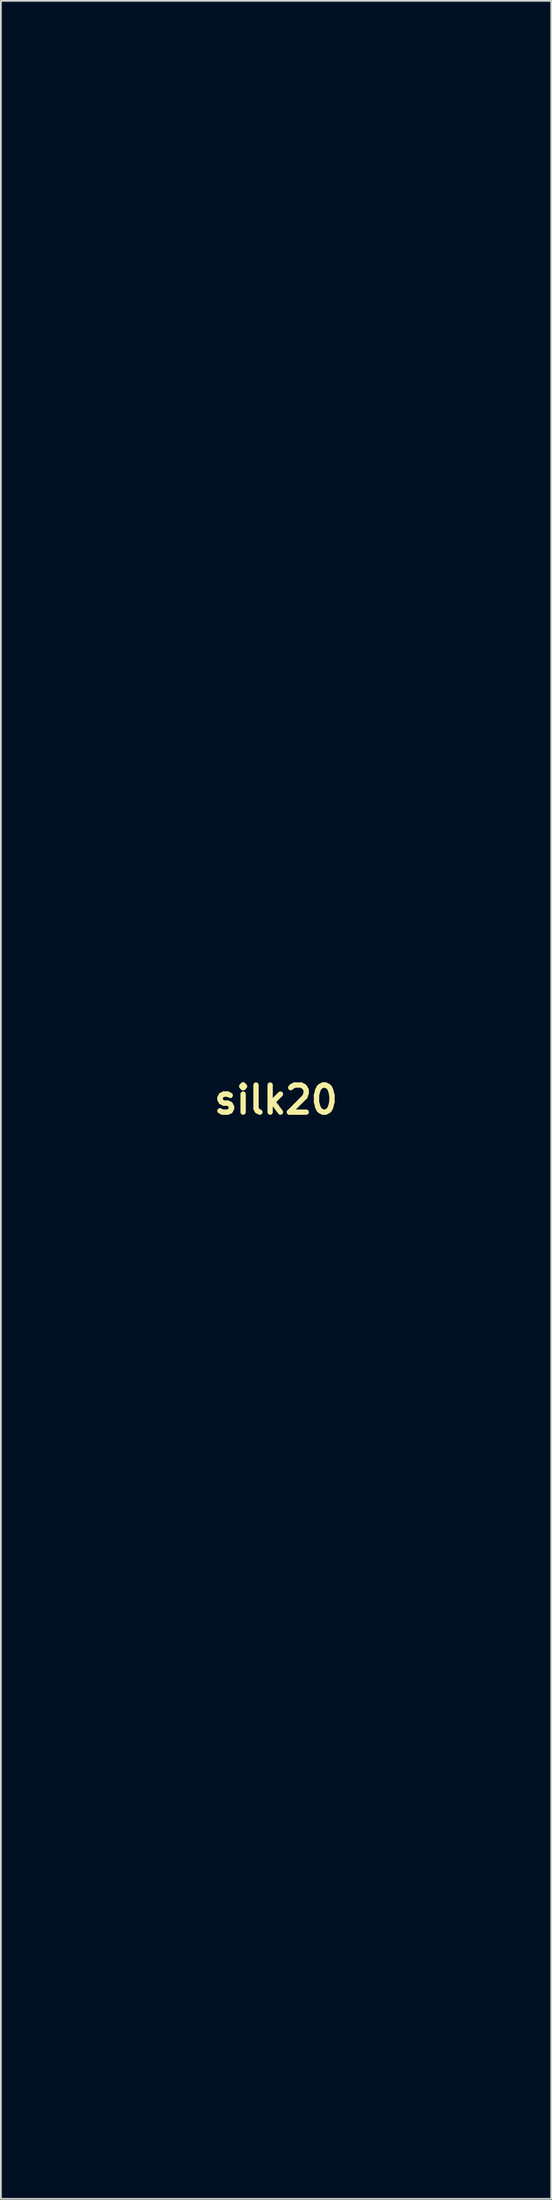
<source format=kicad_pcb>
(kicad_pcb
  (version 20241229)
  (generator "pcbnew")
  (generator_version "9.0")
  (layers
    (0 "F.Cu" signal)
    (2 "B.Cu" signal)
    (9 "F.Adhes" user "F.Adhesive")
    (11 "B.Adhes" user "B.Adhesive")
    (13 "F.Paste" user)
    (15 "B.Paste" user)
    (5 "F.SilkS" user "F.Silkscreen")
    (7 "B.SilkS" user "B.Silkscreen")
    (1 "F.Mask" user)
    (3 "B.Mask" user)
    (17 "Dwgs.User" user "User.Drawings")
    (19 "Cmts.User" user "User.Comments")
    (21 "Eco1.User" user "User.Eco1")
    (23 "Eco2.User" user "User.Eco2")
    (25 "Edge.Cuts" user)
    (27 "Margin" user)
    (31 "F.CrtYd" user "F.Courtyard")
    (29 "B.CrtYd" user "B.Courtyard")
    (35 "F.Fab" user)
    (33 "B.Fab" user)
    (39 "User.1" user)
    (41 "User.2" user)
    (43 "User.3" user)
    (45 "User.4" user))
  (footprint "silk20"
    (layer "F.Cu")
    (at 12.505 58.882)
    (property "Reference" "silk20" (at 0 0 0) (layer "F.SilkS") (effects (font (size 1.524 1.524) (thickness 0.3))))
    (attr through_hole)
    (fp_poly (pts (xy 10.731 -56.479) (xy 8.828 -56.479) (xy 8.828 -56.736) (xy 10.731 -56.736) (xy 10.731 -56.479)) (stroke (width 0.01) (type solid)) (fill no) (layer "Eco2.User"))
    (fp_poly (pts (xy -0.666 -26.894) (xy -0.476 -26.894) (xy -0.476 -27.103) (xy -0.475 -27.18) (xy -0.474 -27.24) (xy -0.472 -27.285) (xy -0.467 -27.319) (xy -0.461 -27.343) (xy -0.452 -27.36) (xy -0.44 -27.371) (xy -0.429 -27.378) (xy -0.39 -27.389) (xy -0.35 -27.383) (xy -0.316 -27.363) (xy -0.313 -27.36) (xy -0.285 -27.333) (xy -0.285 -26.759) (xy -0.341 -26.703) (xy -1.191 -26.703) (xy -1.218 -26.731) (xy -1.241 -26.766) (xy -1.247 -26.805) (xy -1.236 -26.844) (xy -1.223 -26.862) (xy -1.2 -26.889) (xy -1.031 -26.894) (xy -0.861 -26.898) (xy -0.858 -27.462) (xy -0.856 -28.026) (xy -1.014 -28.026) (xy -1.081 -28.026) (xy -1.133 -28.028) (xy -1.17 -28.032) (xy -1.197 -28.039) (xy -1.215 -28.05) (xy -1.228 -28.064) (xy -1.235 -28.078) (xy -1.245 -28.12) (xy -1.237 -28.159) (xy -1.211 -28.194) (xy -1.205 -28.199) (xy -1.197 -28.204) (xy -1.186 -28.208) (xy -1.169 -28.211) (xy -1.144 -28.213) (xy -1.11 -28.214) (xy -1.062 -28.215) (xy -1.001 -28.216) (xy -0.925 -28.216) (xy -0.666 -28.216) (xy -0.666 -26.894)) (stroke (width 0.01) (type solid)) (fill no) (layer "Eco2.User"))
    (fp_poly (pts (xy 4.501 24.898) (xy 4.511 24.899) (xy 4.519 24.902) (xy 4.527 24.909) (xy 4.537 24.921) (xy 4.549 24.94) (xy 4.565 24.968) (xy 4.586 25.007) (xy 4.612 25.058) (xy 4.646 25.124) (xy 4.665 25.162) (xy 4.796 25.424) (xy 4.797 25.494) (xy 4.797 25.565) (xy 4.665 25.827) (xy 4.533 26.09) (xy 4.499 26.093) (xy 4.467 26.09) (xy 4.45 26.078) (xy 4.442 26.065) (xy 4.427 26.038) (xy 4.406 25.998) (xy 4.38 25.948) (xy 4.351 25.891) (xy 4.319 25.828) (xy 4.316 25.822) (xy 4.276 25.742) (xy 4.245 25.676) (xy 4.221 25.623) (xy 4.204 25.579) (xy 4.193 25.543) (xy 4.188 25.512) (xy 4.188 25.485) (xy 4.191 25.457) (xy 4.198 25.428) (xy 4.2 25.423) (xy 4.208 25.4) (xy 4.223 25.365) (xy 4.244 25.319) (xy 4.269 25.266) (xy 4.297 25.209) (xy 4.326 25.149) (xy 4.355 25.091) (xy 4.383 25.036) (xy 4.408 24.988) (xy 4.429 24.948) (xy 4.446 24.92) (xy 4.455 24.907) (xy 4.455 24.907) (xy 4.475 24.899) (xy 4.501 24.897) (xy 4.501 24.898)) (stroke (width 0.01) (type solid)) (fill no) (layer "Eco2.User"))
    (fp_poly (pts (xy -7.96 -9.244) (xy -7.958 -8.586) (xy -7.767 -8.586) (xy -7.762 -9.026) (xy -7.737 -9.051) (xy -7.707 -9.069) (xy -7.668 -9.076) (xy -7.63 -9.07) (xy -7.619 -9.066) (xy -7.607 -9.058) (xy -7.596 -9.047) (xy -7.588 -9.033) (xy -7.582 -9.012) (xy -7.578 -8.983) (xy -7.575 -8.943) (xy -7.573 -8.89) (xy -7.573 -8.823) (xy -7.572 -8.74) (xy -7.572 -8.728) (xy -7.572 -8.455) (xy -7.605 -8.423) (xy -7.637 -8.391) (xy -8.475 -8.391) (xy -8.504 -8.415) (xy -8.53 -8.448) (xy -8.54 -8.486) (xy -8.532 -8.526) (xy -8.529 -8.532) (xy -8.514 -8.555) (xy -8.496 -8.571) (xy -8.496 -8.571) (xy -8.48 -8.574) (xy -8.448 -8.577) (xy -8.404 -8.579) (xy -8.35 -8.581) (xy -8.315 -8.581) (xy -8.153 -8.581) (xy -8.153 -9.713) (xy -8.305 -9.713) (xy -8.373 -9.714) (xy -8.425 -9.716) (xy -8.462 -9.721) (xy -8.489 -9.728) (xy -8.508 -9.739) (xy -8.52 -9.754) (xy -8.523 -9.76) (xy -8.533 -9.797) (xy -8.528 -9.837) (xy -8.509 -9.873) (xy -8.509 -9.874) (xy -8.484 -9.903) (xy -7.963 -9.903) (xy -7.96 -9.244)) (stroke (width 0.01) (type solid)) (fill no) (layer "Eco2.User"))
    (fp_poly (pts (xy -1.965 -58.862) (xy -1.954 -58.857) (xy -1.944 -58.853) (xy -1.935 -58.848) (xy -1.927 -58.842) (xy -1.921 -58.832) (xy -1.915 -58.819) (xy -1.911 -58.801) (xy -1.907 -58.776) (xy -1.904 -58.744) (xy -1.901 -58.703) (xy -1.899 -58.652) (xy -1.898 -58.59) (xy -1.897 -58.516) (xy -1.896 -58.428) (xy -1.895 -58.326) (xy -1.894 -58.208) (xy -1.894 -58.073) (xy -1.893 -57.959) (xy -1.888 -57.121) (xy -1.41 -57.117) (xy -0.931 -57.112) (xy -0.898 -57.076) (xy -0.878 -57.051) (xy -0.868 -57.028) (xy -0.866 -56.998) (xy -0.866 -56.992) (xy -0.867 -56.962) (xy -0.874 -56.94) (xy -0.89 -56.919) (xy -0.903 -56.906) (xy -0.94 -56.869) (xy -2.15 -56.869) (xy -2.148 -57.828) (xy -2.147 -57.985) (xy -2.147 -58.124) (xy -2.146 -58.246) (xy -2.146 -58.352) (xy -2.145 -58.444) (xy -2.145 -58.522) (xy -2.144 -58.588) (xy -2.143 -58.643) (xy -2.142 -58.687) (xy -2.141 -58.723) (xy -2.14 -58.751) (xy -2.138 -58.772) (xy -2.136 -58.788) (xy -2.134 -58.799) (xy -2.132 -58.806) (xy -2.129 -58.812) (xy -2.128 -58.813) (xy -2.095 -58.848) (xy -2.053 -58.869) (xy -2.008 -58.874) (xy -1.965 -58.862)) (stroke (width 0.01) (type solid)) (fill no) (layer "Eco2.User"))
    (fp_poly (pts (xy -7.629 11.157) (xy -7.597 11.177) (xy -7.58 11.208) (xy -7.578 11.247) (xy -7.589 11.284) (xy -7.598 11.301) (xy -7.615 11.332) (xy -7.64 11.375) (xy -7.671 11.43) (xy -7.709 11.495) (xy -7.751 11.567) (xy -7.797 11.647) (xy -7.847 11.732) (xy -7.899 11.82) (xy -7.952 11.911) (xy -8.006 12.002) (xy -8.06 12.092) (xy -8.112 12.18) (xy -8.162 12.265) (xy -8.209 12.344) (xy -8.252 12.416) (xy -8.291 12.479) (xy -8.323 12.533) (xy -8.349 12.575) (xy -8.368 12.605) (xy -8.378 12.62) (xy -8.379 12.622) (xy -8.407 12.632) (xy -8.443 12.629) (xy -8.474 12.614) (xy -8.505 12.586) (xy -8.519 12.552) (xy -8.516 12.515) (xy -8.51 12.503) (xy -8.495 12.476) (xy -8.473 12.437) (xy -8.443 12.385) (xy -8.408 12.323) (xy -8.367 12.252) (xy -8.322 12.174) (xy -8.273 12.09) (xy -8.222 12.003) (xy -8.169 11.912) (xy -8.116 11.82) (xy -8.062 11.729) (xy -8.01 11.64) (xy -7.959 11.554) (xy -7.911 11.473) (xy -7.867 11.398) (xy -7.827 11.332) (xy -7.793 11.275) (xy -7.766 11.229) (xy -7.745 11.196) (xy -7.733 11.177) (xy -7.732 11.176) (xy -7.716 11.158) (xy -7.696 11.151) (xy -7.673 11.149) (xy -7.629 11.157)) (stroke (width 0.01) (type solid)) (fill no) (layer "Eco2.User"))
    (fp_poly (pts (xy -9.052 -9.901) (xy -9.018 -9.892) (xy -8.991 -9.877) (xy -8.977 -9.86) (xy -8.971 -9.828) (xy -8.973 -9.789) (xy -8.983 -9.755) (xy -8.984 -9.753) (xy -8.995 -9.732) (xy -9.015 -9.698) (xy -9.041 -9.652) (xy -9.075 -9.595) (xy -9.114 -9.528) (xy -9.158 -9.454) (xy -9.205 -9.373) (xy -9.256 -9.287) (xy -9.309 -9.198) (xy -9.363 -9.107) (xy -9.417 -9.015) (xy -9.471 -8.925) (xy -9.523 -8.837) (xy -9.573 -8.753) (xy -9.62 -8.675) (xy -9.663 -8.603) (xy -9.701 -8.54) (xy -9.733 -8.488) (xy -9.759 -8.446) (xy -9.776 -8.418) (xy -9.785 -8.404) (xy -9.786 -8.402) (xy -9.814 -8.392) (xy -9.848 -8.393) (xy -9.882 -8.404) (xy -9.886 -8.407) (xy -9.914 -8.435) (xy -9.929 -8.471) (xy -9.929 -8.504) (xy -9.923 -8.516) (xy -9.909 -8.542) (xy -9.886 -8.582) (xy -9.857 -8.634) (xy -9.822 -8.696) (xy -9.781 -8.767) (xy -9.735 -8.845) (xy -9.686 -8.929) (xy -9.635 -9.018) (xy -9.581 -9.109) (xy -9.527 -9.202) (xy -9.472 -9.295) (xy -9.418 -9.386) (xy -9.366 -9.475) (xy -9.316 -9.559) (xy -9.27 -9.636) (xy -9.227 -9.707) (xy -9.19 -9.768) (xy -9.159 -9.82) (xy -9.135 -9.859) (xy -9.118 -9.885) (xy -9.111 -9.896) (xy -9.11 -9.896) (xy -9.085 -9.903) (xy -9.052 -9.901)) (stroke (width 0.01) (type solid)) (fill no) (layer "Eco2.User"))
    (fp_poly (pts (xy -8.015 -26.097) (xy -7.982 -26.083) (xy -7.965 -26.069) (xy -7.956 -26.06) (xy -7.949 -26.052) (xy -7.944 -26.042) (xy -7.942 -26.03) (xy -7.943 -26.015) (xy -7.947 -25.996) (xy -7.956 -25.972) (xy -7.97 -25.941) (xy -7.989 -25.903) (xy -8.013 -25.857) (xy -8.044 -25.801) (xy -8.082 -25.735) (xy -8.128 -25.657) (xy -8.181 -25.566) (xy -8.242 -25.461) (xy -8.313 -25.341) (xy -8.342 -25.291) (xy -8.403 -25.187) (xy -8.462 -25.088) (xy -8.518 -24.994) (xy -8.57 -24.908) (xy -8.617 -24.83) (xy -8.659 -24.761) (xy -8.694 -24.703) (xy -8.723 -24.657) (xy -8.743 -24.624) (xy -8.756 -24.606) (xy -8.758 -24.603) (xy -8.782 -24.587) (xy -8.805 -24.583) (xy -8.835 -24.593) (xy -8.847 -24.599) (xy -8.882 -24.625) (xy -8.9 -24.658) (xy -8.901 -24.697) (xy -8.895 -24.71) (xy -8.88 -24.738) (xy -8.858 -24.78) (xy -8.828 -24.833) (xy -8.792 -24.896) (xy -8.751 -24.968) (xy -8.705 -25.047) (xy -8.655 -25.132) (xy -8.603 -25.222) (xy -8.549 -25.314) (xy -8.494 -25.407) (xy -8.439 -25.5) (xy -8.385 -25.592) (xy -8.332 -25.68) (xy -8.282 -25.764) (xy -8.236 -25.841) (xy -8.193 -25.911) (xy -8.156 -25.972) (xy -8.125 -26.022) (xy -8.101 -26.06) (xy -8.085 -26.084) (xy -8.078 -26.093) (xy -8.05 -26.101) (xy -8.015 -26.097)) (stroke (width 0.01) (type solid)) (fill no) (layer "Eco2.User"))
    (fp_poly (pts (xy 2.355 -35.195) (xy 2.375 -35.172) (xy 2.385 -35.152) (xy 2.388 -35.123) (xy 2.388 -35.113) (xy 2.386 -35.081) (xy 2.379 -35.059) (xy 2.362 -35.038) (xy 2.355 -35.031) (xy 2.323 -34.999) (xy 1.456 -34.999) (xy 1.456 -34.428) (xy 1.646 -34.428) (xy 1.715 -34.428) (xy 1.768 -34.427) (xy 1.807 -34.425) (xy 1.835 -34.422) (xy 1.854 -34.418) (xy 1.865 -34.414) (xy 1.896 -34.387) (xy 1.915 -34.351) (xy 1.921 -34.308) (xy 1.912 -34.266) (xy 1.907 -34.257) (xy 1.897 -34.239) (xy 1.886 -34.225) (xy 1.872 -34.215) (xy 1.852 -34.208) (xy 1.823 -34.203) (xy 1.782 -34.201) (xy 1.729 -34.2) (xy 1.659 -34.2) (xy 1.456 -34.2) (xy 1.456 -33.629) (xy 1.873 -33.629) (xy 1.975 -33.629) (xy 2.067 -33.628) (xy 2.146 -33.627) (xy 2.212 -33.626) (xy 2.263 -33.624) (xy 2.298 -33.622) (xy 2.315 -33.62) (xy 2.316 -33.619) (xy 2.355 -33.596) (xy 2.379 -33.561) (xy 2.388 -33.514) (xy 2.388 -33.51) (xy 2.38 -33.462) (xy 2.357 -33.426) (xy 2.32 -33.402) (xy 2.316 -33.4) (xy 2.301 -33.398) (xy 2.268 -33.396) (xy 2.218 -33.395) (xy 2.152 -33.394) (xy 2.07 -33.392) (xy 1.975 -33.392) (xy 1.867 -33.391) (xy 1.755 -33.391) (xy 1.218 -33.391) (xy 1.218 -35.227) (xy 2.323 -35.227) (xy 2.355 -35.195)) (stroke (width 0.01) (type solid)) (fill no) (layer "Eco2.User"))
    (fp_poly (pts (xy -11.223 -15.627) (xy -11.189 -15.615) (xy -11.16 -15.596) (xy -11.144 -15.57) (xy -11.144 -15.568) (xy -11.141 -15.54) (xy -11.143 -15.517) (xy -11.148 -15.505) (xy -11.163 -15.479) (xy -11.185 -15.439) (xy -11.214 -15.387) (xy -11.25 -15.325) (xy -11.291 -15.254) (xy -11.336 -15.176) (xy -11.385 -15.092) (xy -11.437 -15.003) (xy -11.49 -14.912) (xy -11.545 -14.819) (xy -11.599 -14.726) (xy -11.653 -14.635) (xy -11.705 -14.546) (xy -11.755 -14.462) (xy -11.801 -14.384) (xy -11.844 -14.314) (xy -11.881 -14.252) (xy -11.912 -14.201) (xy -11.936 -14.162) (xy -11.952 -14.136) (xy -11.96 -14.125) (xy -11.961 -14.125) (xy -11.989 -14.117) (xy -12.023 -14.12) (xy -12.057 -14.132) (xy -12.071 -14.142) (xy -12.092 -14.164) (xy -12.1 -14.188) (xy -12.101 -14.204) (xy -12.096 -14.238) (xy -12.086 -14.27) (xy -12.085 -14.273) (xy -12.074 -14.293) (xy -12.055 -14.327) (xy -12.028 -14.373) (xy -11.994 -14.43) (xy -11.956 -14.497) (xy -11.912 -14.571) (xy -11.864 -14.652) (xy -11.813 -14.737) (xy -11.761 -14.826) (xy -11.707 -14.917) (xy -11.652 -15.009) (xy -11.599 -15.099) (xy -11.546 -15.187) (xy -11.496 -15.27) (xy -11.449 -15.349) (xy -11.407 -15.42) (xy -11.369 -15.482) (xy -11.337 -15.535) (xy -11.312 -15.576) (xy -11.294 -15.604) (xy -11.286 -15.617) (xy -11.285 -15.618) (xy -11.257 -15.629) (xy -11.223 -15.627)) (stroke (width 0.01) (type solid)) (fill no) (layer "Eco2.User"))
    (fp_poly (pts (xy -10.478 -21.203) (xy -10.447 -21.177) (xy -10.437 -21.16) (xy -10.434 -21.146) (xy -10.431 -21.115) (xy -10.429 -21.068) (xy -10.428 -21.003) (xy -10.427 -20.921) (xy -10.426 -20.821) (xy -10.426 -20.763) (xy -10.426 -20.387) (xy -10.046 -20.387) (xy -10.046 -20.676) (xy -10.046 -20.751) (xy -10.045 -20.82) (xy -10.043 -20.88) (xy -10.042 -20.93) (xy -10.04 -20.966) (xy -10.037 -20.987) (xy -10.037 -20.99) (xy -10.017 -21.019) (xy -9.987 -21.038) (xy -9.951 -21.045) (xy -9.916 -21.041) (xy -9.885 -21.024) (xy -9.866 -20.999) (xy -9.863 -20.981) (xy -9.86 -20.944) (xy -9.858 -20.888) (xy -9.856 -20.813) (xy -9.856 -20.721) (xy -9.856 -20.686) (xy -9.856 -20.396) (xy -9.824 -20.383) (xy -9.788 -20.359) (xy -9.766 -20.327) (xy -9.759 -20.29) (xy -9.768 -20.253) (xy -9.788 -20.224) (xy -9.811 -20.206) (xy -9.832 -20.197) (xy -9.836 -20.196) (xy -9.842 -20.196) (xy -9.847 -20.193) (xy -9.85 -20.185) (xy -9.853 -20.169) (xy -9.854 -20.145) (xy -9.855 -20.108) (xy -9.856 -20.058) (xy -9.856 -19.991) (xy -9.856 -19.757) (xy -9.883 -19.729) (xy -9.918 -19.707) (xy -9.957 -19.701) (xy -9.996 -19.712) (xy -10.014 -19.725) (xy -10.041 -19.748) (xy -10.044 -19.972) (xy -10.047 -20.196) (xy -10.627 -20.196) (xy -10.624 -20.678) (xy -10.621 -21.159) (xy -10.59 -21.186) (xy -10.553 -21.209) (xy -10.514 -21.214) (xy -10.478 -21.203)) (stroke (width 0.01) (type solid)) (fill no) (layer "Eco2.User"))
    (fp_poly (pts (xy -11.156 -21.21) (xy -11.12 -21.192) (xy -11.101 -21.178) (xy -11.092 -21.164) (xy -11.088 -21.142) (xy -11.088 -21.119) (xy -11.089 -21.109) (xy -11.09 -21.099) (xy -11.092 -21.088) (xy -11.097 -21.074) (xy -11.104 -21.057) (xy -11.115 -21.034) (xy -11.13 -21.006) (xy -11.149 -20.971) (xy -11.173 -20.928) (xy -11.203 -20.876) (xy -11.24 -20.813) (xy -11.283 -20.738) (xy -11.334 -20.651) (xy -11.394 -20.55) (xy -11.462 -20.434) (xy -11.482 -20.401) (xy -11.543 -20.297) (xy -11.601 -20.199) (xy -11.657 -20.106) (xy -11.708 -20.02) (xy -11.754 -19.942) (xy -11.795 -19.874) (xy -11.83 -19.816) (xy -11.857 -19.771) (xy -11.877 -19.739) (xy -11.888 -19.722) (xy -11.89 -19.719) (xy -11.92 -19.701) (xy -11.957 -19.699) (xy -11.974 -19.703) (xy -12.005 -19.719) (xy -12.03 -19.745) (xy -12.043 -19.776) (xy -12.044 -19.784) (xy -12.04 -19.809) (xy -12.031 -19.837) (xy -12.031 -19.838) (xy -12.023 -19.853) (xy -12.006 -19.883) (xy -11.982 -19.926) (xy -11.95 -19.981) (xy -11.913 -20.045) (xy -11.871 -20.117) (xy -11.824 -20.197) (xy -11.774 -20.282) (xy -11.722 -20.371) (xy -11.668 -20.462) (xy -11.613 -20.554) (xy -11.559 -20.645) (xy -11.506 -20.735) (xy -11.454 -20.821) (xy -11.406 -20.901) (xy -11.362 -20.975) (xy -11.322 -21.041) (xy -11.287 -21.098) (xy -11.26 -21.143) (xy -11.239 -21.175) (xy -11.227 -21.194) (xy -11.224 -21.198) (xy -11.193 -21.212) (xy -11.156 -21.21)) (stroke (width 0.01) (type solid)) (fill no) (layer "Eco2.User"))
    (fp_poly (pts (xy -9.285 12.443) (xy -9.104 12.443) (xy -9.104 12.245) (xy -9.104 12.177) (xy -9.102 12.117) (xy -9.1 12.069) (xy -9.097 12.034) (xy -9.094 12.017) (xy -9.074 11.984) (xy -9.043 11.964) (xy -9.007 11.958) (xy -8.971 11.966) (xy -8.942 11.986) (xy -8.914 12.014) (xy -8.914 12.291) (xy -8.914 12.376) (xy -8.914 12.444) (xy -8.916 12.498) (xy -8.918 12.538) (xy -8.922 12.568) (xy -8.928 12.589) (xy -8.937 12.603) (xy -8.947 12.612) (xy -8.961 12.619) (xy -8.973 12.623) (xy -8.99 12.626) (xy -9.023 12.628) (xy -9.069 12.629) (xy -9.128 12.631) (xy -9.195 12.632) (xy -9.268 12.633) (xy -9.345 12.633) (xy -9.424 12.633) (xy -9.501 12.633) (xy -9.575 12.632) (xy -9.642 12.631) (xy -9.7 12.629) (xy -9.748 12.628) (xy -9.781 12.625) (xy -9.798 12.623) (xy -9.799 12.623) (xy -9.831 12.601) (xy -9.851 12.566) (xy -9.855 12.532) (xy -9.853 12.502) (xy -9.841 12.481) (xy -9.826 12.468) (xy -9.815 12.459) (xy -9.804 12.452) (xy -9.79 12.448) (xy -9.769 12.445) (xy -9.74 12.444) (xy -9.697 12.443) (xy -9.639 12.443) (xy -9.475 12.443) (xy -9.477 11.889) (xy -9.48 11.335) (xy -9.644 11.33) (xy -9.703 11.328) (xy -9.747 11.326) (xy -9.778 11.324) (xy -9.799 11.321) (xy -9.813 11.316) (xy -9.823 11.31) (xy -9.829 11.304) (xy -9.848 11.273) (xy -9.852 11.236) (xy -9.844 11.2) (xy -9.824 11.172) (xy -9.797 11.149) (xy -9.285 11.149) (xy -9.285 12.443)) (stroke (width 0.01) (type solid)) (fill no) (layer "Eco2.User"))
    (fp_poly (pts (xy 8.542 -14.756) (xy 8.573 -14.732) (xy 8.592 -14.696) (xy 8.594 -14.687) (xy 8.595 -14.671) (xy 8.597 -14.638) (xy 8.598 -14.591) (xy 8.599 -14.532) (xy 8.599 -14.463) (xy 8.6 -14.386) (xy 8.6 -14.304) (xy 8.6 -14.297) (xy 8.6 -13.936) (xy 8.788 -13.939) (xy 8.976 -13.941) (xy 8.98 -14.241) (xy 8.982 -14.315) (xy 8.984 -14.384) (xy 8.986 -14.445) (xy 8.988 -14.495) (xy 8.99 -14.532) (xy 8.992 -14.554) (xy 8.993 -14.558) (xy 9.011 -14.577) (xy 9.04 -14.594) (xy 9.072 -14.602) (xy 9.08 -14.603) (xy 9.102 -14.596) (xy 9.127 -14.581) (xy 9.135 -14.575) (xy 9.166 -14.547) (xy 9.171 -14.244) (xy 9.175 -13.941) (xy 9.196 -13.938) (xy 9.216 -13.929) (xy 9.238 -13.911) (xy 9.242 -13.907) (xy 9.262 -13.87) (xy 9.265 -13.832) (xy 9.252 -13.796) (xy 9.224 -13.768) (xy 9.207 -13.759) (xy 9.171 -13.743) (xy 9.171 -13.536) (xy 9.17 -13.46) (xy 9.169 -13.402) (xy 9.167 -13.357) (xy 9.163 -13.325) (xy 9.157 -13.301) (xy 9.148 -13.285) (xy 9.136 -13.274) (xy 9.122 -13.265) (xy 9.08 -13.252) (xy 9.041 -13.258) (xy 9.008 -13.28) (xy 8.98 -13.307) (xy 8.98 -13.746) (xy 8.4 -13.746) (xy 8.4 -14.218) (xy 8.4 -14.327) (xy 8.4 -14.419) (xy 8.401 -14.495) (xy 8.402 -14.556) (xy 8.403 -14.605) (xy 8.404 -14.643) (xy 8.406 -14.672) (xy 8.408 -14.692) (xy 8.411 -14.706) (xy 8.414 -14.716) (xy 8.414 -14.717) (xy 8.435 -14.745) (xy 8.464 -14.76) (xy 8.503 -14.764) (xy 8.542 -14.756)) (stroke (width 0.01) (type solid)) (fill no) (layer "Eco2.User"))
    (fp_poly (pts (xy -6.876 -9.903) (xy -6.848 -9.901) (xy -6.83 -9.897) (xy -6.816 -9.889) (xy -6.802 -9.877) (xy -6.801 -9.875) (xy -6.78 -9.842) (xy -6.774 -9.805) (xy -6.782 -9.769) (xy -6.803 -9.739) (xy -6.837 -9.719) (xy -6.844 -9.717) (xy -6.868 -9.711) (xy -6.868 -9.086) (xy -6.511 -9.083) (xy -6.153 -9.08) (xy -6.126 -9.049) (xy -6.098 -9.018) (xy -6.098 -8.735) (xy -6.098 -8.651) (xy -6.099 -8.583) (xy -6.1 -8.531) (xy -6.102 -8.491) (xy -6.105 -8.461) (xy -6.111 -8.441) (xy -6.118 -8.426) (xy -6.127 -8.416) (xy -6.14 -8.408) (xy -6.152 -8.401) (xy -6.166 -8.398) (xy -6.195 -8.396) (xy -6.24 -8.394) (xy -6.302 -8.392) (xy -6.382 -8.392) (xy -6.479 -8.391) (xy -6.58 -8.391) (xy -6.682 -8.391) (xy -6.766 -8.392) (xy -6.834 -8.392) (xy -6.889 -8.393) (xy -6.931 -8.394) (xy -6.963 -8.396) (xy -6.986 -8.398) (xy -7.001 -8.401) (xy -7.012 -8.405) (xy -7.013 -8.405) (xy -7.035 -8.421) (xy -7.049 -8.438) (xy -7.051 -8.451) (xy -7.053 -8.484) (xy -7.055 -8.535) (xy -7.056 -8.604) (xy -7.057 -8.692) (xy -7.058 -8.798) (xy -7.058 -8.885) (xy -6.868 -8.885) (xy -6.868 -8.581) (xy -6.581 -8.583) (xy -6.293 -8.586) (xy -6.29 -8.735) (xy -6.288 -8.885) (xy -6.868 -8.885) (xy -7.058 -8.885) (xy -7.058 -8.922) (xy -7.059 -9.063) (xy -7.059 -9.153) (xy -7.059 -9.85) (xy -7.033 -9.876) (xy -7.02 -9.889) (xy -7.007 -9.897) (xy -6.989 -9.901) (xy -6.962 -9.903) (xy -6.92 -9.903) (xy -6.918 -9.903) (xy -6.876 -9.903)) (stroke (width 0.01) (type solid)) (fill no) (layer "Eco2.User"))
    (fp_poly (pts (xy -7.894 24.677) (xy -7.758 24.677) (xy -7.489 25.288) (xy -7.444 25.39) (xy -7.401 25.487) (xy -7.361 25.578) (xy -7.324 25.661) (xy -7.292 25.734) (xy -7.264 25.797) (xy -7.241 25.848) (xy -7.224 25.885) (xy -7.214 25.908) (xy -7.211 25.914) (xy -7.209 25.908) (xy -7.207 25.883) (xy -7.205 25.84) (xy -7.204 25.78) (xy -7.203 25.703) (xy -7.202 25.609) (xy -7.202 25.5) (xy -7.201 25.375) (xy -7.201 25.333) (xy -7.201 25.212) (xy -7.201 25.108) (xy -7.201 25.02) (xy -7.2 24.947) (xy -7.2 24.887) (xy -7.199 24.839) (xy -7.198 24.802) (xy -7.196 24.773) (xy -7.194 24.752) (xy -7.192 24.738) (xy -7.19 24.728) (xy -7.187 24.721) (xy -7.185 24.719) (xy -7.151 24.69) (xy -7.112 24.677) (xy -7.071 24.681) (xy -7.035 24.702) (xy -7.031 24.705) (xy -7.002 24.732) (xy -7.002 26.304) (xy -7.137 26.304) (xy -7.273 26.304) (xy -7.543 25.688) (xy -7.587 25.586) (xy -7.63 25.488) (xy -7.67 25.398) (xy -7.707 25.315) (xy -7.739 25.241) (xy -7.767 25.179) (xy -7.79 25.128) (xy -7.807 25.091) (xy -7.818 25.069) (xy -7.821 25.063) (xy -7.822 25.07) (xy -7.824 25.096) (xy -7.825 25.137) (xy -7.826 25.195) (xy -7.827 25.266) (xy -7.828 25.351) (xy -7.829 25.447) (xy -7.829 25.553) (xy -7.829 25.645) (xy -7.829 26.237) (xy -7.855 26.266) (xy -7.888 26.29) (xy -7.926 26.301) (xy -7.964 26.297) (xy -7.968 26.295) (xy -7.988 26.281) (xy -8.008 26.261) (xy -8.009 26.26) (xy -8.029 26.235) (xy -8.029 24.677) (xy -7.894 24.677)) (stroke (width 0.01) (type solid)) (fill no) (layer "Eco2.User"))
    (fp_poly (pts (xy 0.685 -35.055) (xy 0.685 -34.986) (xy 0.683 -34.933) (xy 0.679 -34.894) (xy 0.674 -34.865) (xy 0.665 -34.845) (xy 0.652 -34.829) (xy 0.636 -34.816) (xy 0.633 -34.815) (xy 0.609 -34.805) (xy 0.576 -34.799) (xy 0.568 -34.799) (xy 0.522 -34.807) (xy 0.487 -34.831) (xy 0.462 -34.869) (xy 0.449 -34.92) (xy 0.447 -34.951) (xy 0.447 -34.999) (xy 0.219 -34.999) (xy 0.219 -34.247) (xy 0.219 -34.105) (xy 0.219 -33.981) (xy 0.219 -33.874) (xy 0.218 -33.782) (xy 0.217 -33.704) (xy 0.216 -33.639) (xy 0.215 -33.585) (xy 0.213 -33.542) (xy 0.21 -33.507) (xy 0.207 -33.481) (xy 0.203 -33.461) (xy 0.198 -33.446) (xy 0.193 -33.436) (xy 0.186 -33.428) (xy 0.179 -33.422) (xy 0.17 -33.416) (xy 0.168 -33.415) (xy 0.129 -33.399) (xy 0.085 -33.396) (xy 0.052 -33.404) (xy 0.025 -33.42) (xy 0.005 -33.438) (xy 0.001 -33.443) (xy -0.002 -33.448) (xy -0.004 -33.456) (xy -0.007 -33.467) (xy -0.009 -33.484) (xy -0.01 -33.507) (xy -0.012 -33.537) (xy -0.013 -33.576) (xy -0.014 -33.624) (xy -0.015 -33.685) (xy -0.016 -33.757) (xy -0.016 -33.843) (xy -0.017 -33.945) (xy -0.018 -34.062) (xy -0.019 -34.197) (xy -0.019 -34.227) (xy -0.024 -34.994) (xy -0.252 -34.994) (xy -0.257 -34.932) (xy -0.261 -34.896) (xy -0.268 -34.866) (xy -0.274 -34.849) (xy -0.3 -34.821) (xy -0.336 -34.805) (xy -0.378 -34.8) (xy -0.419 -34.809) (xy -0.428 -34.813) (xy -0.447 -34.825) (xy -0.461 -34.839) (xy -0.471 -34.858) (xy -0.478 -34.885) (xy -0.482 -34.923) (xy -0.484 -34.974) (xy -0.485 -35.041) (xy -0.485 -35.055) (xy -0.485 -35.227) (xy 0.685 -35.227) (xy 0.685 -35.055)) (stroke (width 0.01) (type solid)) (fill no) (layer "Eco2.User"))
    (fp_poly (pts (xy -4.201 11.151) (xy -3.807 11.154) (xy -3.77 11.183) (xy -3.743 11.211) (xy -3.718 11.244) (xy -3.712 11.254) (xy -3.706 11.267) (xy -3.701 11.28) (xy -3.698 11.296) (xy -3.695 11.316) (xy -3.693 11.344) (xy -3.692 11.382) (xy -3.691 11.432) (xy -3.691 11.496) (xy -3.691 11.563) (xy -3.691 11.642) (xy -3.691 11.704) (xy -3.692 11.751) (xy -3.693 11.787) (xy -3.695 11.814) (xy -3.698 11.833) (xy -3.702 11.848) (xy -3.707 11.861) (xy -3.712 11.872) (xy -3.734 11.905) (xy -3.762 11.936) (xy -3.77 11.943) (xy -3.807 11.972) (xy -4.13 11.975) (xy -4.452 11.978) (xy -4.452 12.443) (xy -4.104 12.443) (xy -4.005 12.443) (xy -3.92 12.444) (xy -3.85 12.446) (xy -3.796 12.447) (xy -3.759 12.45) (xy -3.74 12.452) (xy -3.738 12.453) (xy -3.717 12.472) (xy -3.7 12.503) (xy -3.691 12.535) (xy -3.691 12.542) (xy -3.697 12.564) (xy -3.713 12.59) (xy -3.719 12.598) (xy -3.747 12.629) (xy -4.194 12.631) (xy -4.642 12.634) (xy -4.642 12.298) (xy -4.642 12.205) (xy -4.641 12.122) (xy -4.64 12.051) (xy -4.638 11.995) (xy -4.636 11.954) (xy -4.633 11.93) (xy -4.632 11.927) (xy -4.614 11.887) (xy -4.583 11.847) (xy -4.547 11.815) (xy -4.534 11.808) (xy -4.524 11.803) (xy -4.51 11.799) (xy -4.491 11.797) (xy -4.463 11.794) (xy -4.427 11.792) (xy -4.378 11.791) (xy -4.315 11.79) (xy -4.237 11.789) (xy -4.193 11.789) (xy -3.881 11.786) (xy -3.884 11.56) (xy -3.886 11.335) (xy -4.246 11.33) (xy -4.606 11.325) (xy -4.624 11.303) (xy -4.64 11.27) (xy -4.643 11.232) (xy -4.634 11.195) (xy -4.619 11.172) (xy -4.595 11.149) (xy -4.201 11.151)) (stroke (width 0.01) (type solid)) (fill no) (layer "Eco2.User"))
    (fp_poly (pts (xy 5.897 -26.102) (xy 5.974 -26.101) (xy 6.034 -26.1) (xy 6.075 -26.097) (xy 6.098 -26.095) (xy 6.098 -26.094) (xy 6.143 -26.074) (xy 6.184 -26.04) (xy 6.216 -25.999) (xy 6.223 -25.985) (xy 6.228 -25.972) (xy 6.232 -25.957) (xy 6.235 -25.937) (xy 6.237 -25.91) (xy 6.239 -25.873) (xy 6.24 -25.825) (xy 6.24 -25.762) (xy 6.24 -25.683) (xy 6.24 -25.678) (xy 6.24 -25.593) (xy 6.24 -25.524) (xy 6.238 -25.47) (xy 6.235 -25.428) (xy 6.231 -25.395) (xy 6.225 -25.37) (xy 6.216 -25.35) (xy 6.205 -25.333) (xy 6.19 -25.316) (xy 6.185 -25.311) (xy 6.17 -25.295) (xy 6.154 -25.282) (xy 6.137 -25.271) (xy 6.116 -25.263) (xy 6.09 -25.257) (xy 6.055 -25.253) (xy 6.01 -25.251) (xy 5.953 -25.249) (xy 5.881 -25.248) (xy 5.793 -25.248) (xy 5.772 -25.248) (xy 5.461 -25.248) (xy 5.461 -24.782) (xy 6.185 -24.777) (xy 6.214 -24.745) (xy 6.232 -24.721) (xy 6.239 -24.701) (xy 6.238 -24.674) (xy 6.238 -24.673) (xy 6.224 -24.633) (xy 6.207 -24.613) (xy 6.182 -24.591) (xy 5.27 -24.591) (xy 5.27 -24.931) (xy 5.271 -25.034) (xy 5.272 -25.122) (xy 5.273 -25.195) (xy 5.275 -25.251) (xy 5.278 -25.29) (xy 5.281 -25.31) (xy 5.301 -25.352) (xy 5.336 -25.391) (xy 5.379 -25.421) (xy 5.422 -25.437) (xy 5.447 -25.44) (xy 5.488 -25.443) (xy 5.545 -25.445) (xy 5.614 -25.446) (xy 5.694 -25.447) (xy 5.756 -25.448) (xy 6.041 -25.448) (xy 6.041 -25.914) (xy 5.683 -25.914) (xy 5.573 -25.914) (xy 5.482 -25.915) (xy 5.41 -25.916) (xy 5.357 -25.918) (xy 5.322 -25.921) (xy 5.307 -25.924) (xy 5.287 -25.943) (xy 5.272 -25.974) (xy 5.264 -26.007) (xy 5.265 -26.028) (xy 5.277 -26.053) (xy 5.295 -26.077) (xy 5.295 -26.077) (xy 5.319 -26.099) (xy 5.69 -26.102) (xy 5.802 -26.102) (xy 5.897 -26.102)) (stroke (width 0.01) (type solid)) (fill no) (layer "Eco2.User"))
    (fp_poly (pts (xy -8.768 24.677) (xy -8.694 24.678) (xy -8.634 24.678) (xy -8.587 24.68) (xy -8.551 24.682) (xy -8.523 24.686) (xy -8.504 24.691) (xy -8.49 24.697) (xy -8.48 24.705) (xy -8.472 24.714) (xy -8.466 24.726) (xy -8.462 24.734) (xy -8.45 24.764) (xy -8.45 24.791) (xy -8.462 24.823) (xy -8.463 24.825) (xy -8.474 24.845) (xy -8.489 24.861) (xy -8.51 24.872) (xy -8.54 24.879) (xy -8.581 24.884) (xy -8.636 24.886) (xy -8.704 24.886) (xy -8.866 24.886) (xy -8.866 26.094) (xy -8.697 26.095) (xy -8.629 26.095) (xy -8.578 26.097) (xy -8.539 26.1) (xy -8.512 26.106) (xy -8.493 26.115) (xy -8.479 26.128) (xy -8.467 26.146) (xy -8.463 26.156) (xy -8.452 26.181) (xy -8.45 26.201) (xy -8.456 26.226) (xy -8.458 26.231) (xy -8.478 26.266) (xy -8.505 26.286) (xy -8.513 26.29) (xy -8.524 26.294) (xy -8.538 26.297) (xy -8.558 26.299) (xy -8.584 26.3) (xy -8.619 26.302) (xy -8.665 26.302) (xy -8.723 26.303) (xy -8.795 26.303) (xy -8.883 26.303) (xy -8.971 26.303) (xy -9.06 26.303) (xy -9.145 26.302) (xy -9.221 26.301) (xy -9.289 26.3) (xy -9.345 26.299) (xy -9.387 26.297) (xy -9.415 26.296) (xy -9.424 26.294) (xy -9.453 26.273) (xy -9.474 26.241) (xy -9.484 26.203) (xy -9.482 26.166) (xy -9.468 26.136) (xy -9.455 26.122) (xy -9.44 26.111) (xy -9.421 26.104) (xy -9.394 26.099) (xy -9.357 26.096) (xy -9.306 26.095) (xy -9.24 26.094) (xy -9.066 26.094) (xy -9.066 24.887) (xy -9.429 24.882) (xy -9.457 24.85) (xy -9.479 24.813) (xy -9.485 24.773) (xy -9.476 24.735) (xy -9.452 24.703) (xy -9.43 24.688) (xy -9.417 24.685) (xy -9.389 24.682) (xy -9.344 24.681) (xy -9.283 24.679) (xy -9.206 24.678) (xy -9.11 24.677) (xy -8.996 24.677) (xy -8.964 24.677) (xy -8.857 24.677) (xy -8.768 24.677)) (stroke (width 0.01) (type solid)) (fill no) (layer "Eco2.User"))
    (fp_poly (pts (xy -6.881 -26.102) (xy -6.806 -26.102) (xy -6.748 -26.1) (xy -6.706 -26.098) (xy -6.681 -26.095) (xy -6.676 -26.094) (xy -6.636 -26.075) (xy -6.597 -26.044) (xy -6.565 -26.006) (xy -6.546 -25.966) (xy -6.546 -25.966) (xy -6.543 -25.944) (xy -6.54 -25.907) (xy -6.538 -25.857) (xy -6.537 -25.798) (xy -6.536 -25.733) (xy -6.536 -25.665) (xy -6.536 -25.598) (xy -6.537 -25.534) (xy -6.538 -25.478) (xy -6.541 -25.432) (xy -6.543 -25.4) (xy -6.546 -25.388) (xy -6.566 -25.345) (xy -6.599 -25.305) (xy -6.639 -25.273) (xy -6.654 -25.266) (xy -6.666 -25.261) (xy -6.681 -25.257) (xy -6.699 -25.254) (xy -6.724 -25.252) (xy -6.758 -25.25) (xy -6.802 -25.249) (xy -6.86 -25.248) (xy -6.933 -25.248) (xy -7.004 -25.248) (xy -7.316 -25.248) (xy -7.316 -24.782) (xy -6.955 -24.78) (xy -6.594 -24.777) (xy -6.57 -24.754) (xy -6.548 -24.723) (xy -6.54 -24.686) (xy -6.545 -24.649) (xy -6.562 -24.618) (xy -6.583 -24.601) (xy -6.597 -24.599) (xy -6.63 -24.596) (xy -6.681 -24.595) (xy -6.749 -24.593) (xy -6.835 -24.592) (xy -6.937 -24.592) (xy -7.053 -24.591) (xy -7.506 -24.591) (xy -7.506 -24.939) (xy -7.506 -25.035) (xy -7.505 -25.114) (xy -7.504 -25.178) (xy -7.503 -25.229) (xy -7.5 -25.269) (xy -7.496 -25.3) (xy -7.49 -25.324) (xy -7.483 -25.342) (xy -7.473 -25.358) (xy -7.462 -25.372) (xy -7.451 -25.384) (xy -7.436 -25.399) (xy -7.422 -25.412) (xy -7.407 -25.422) (xy -7.389 -25.429) (xy -7.366 -25.435) (xy -7.335 -25.439) (xy -7.295 -25.441) (xy -7.243 -25.443) (xy -7.177 -25.445) (xy -7.096 -25.445) (xy -7.052 -25.446) (xy -6.735 -25.449) (xy -6.735 -25.914) (xy -7.093 -25.914) (xy -7.194 -25.914) (xy -7.281 -25.915) (xy -7.352 -25.916) (xy -7.407 -25.918) (xy -7.446 -25.92) (xy -7.466 -25.923) (xy -7.468 -25.924) (xy -7.495 -25.947) (xy -7.509 -25.981) (xy -7.51 -26.018) (xy -7.498 -26.054) (xy -7.481 -26.076) (xy -7.457 -26.099) (xy -7.086 -26.102) (xy -6.975 -26.102) (xy -6.881 -26.102)) (stroke (width 0.01) (type solid)) (fill no) (layer "Eco2.User"))
    (fp_poly (pts (xy 7.496 -58.649) (xy 7.652 -58.42) (xy 7.684 -58.465) (xy 7.699 -58.486) (xy 7.723 -58.52) (xy 7.753 -58.563) (xy 7.789 -58.613) (xy 7.827 -58.667) (xy 7.846 -58.694) (xy 7.975 -58.877) (xy 8.295 -58.877) (xy 8.295 -56.943) (xy 8.258 -56.906) (xy 8.234 -56.884) (xy 8.214 -56.873) (xy 8.189 -56.87) (xy 8.175 -56.869) (xy 8.127 -56.876) (xy 8.086 -56.896) (xy 8.057 -56.926) (xy 8.056 -56.928) (xy 8.053 -56.936) (xy 8.051 -56.951) (xy 8.049 -56.974) (xy 8.048 -57.006) (xy 8.046 -57.049) (xy 8.045 -57.104) (xy 8.044 -57.171) (xy 8.043 -57.252) (xy 8.041 -57.347) (xy 8.04 -57.459) (xy 8.04 -57.587) (xy 8.039 -57.73) (xy 8.034 -58.509) (xy 7.782 -58.153) (xy 7.782 -58.095) (xy 7.781 -58.062) (xy 7.776 -58.04) (xy 7.765 -58.021) (xy 7.745 -58) (xy 7.721 -57.979) (xy 7.702 -57.968) (xy 7.677 -57.964) (xy 7.655 -57.963) (xy 7.622 -57.965) (xy 7.6 -57.971) (xy 7.581 -57.985) (xy 7.569 -57.996) (xy 7.544 -58.03) (xy 7.53 -58.073) (xy 7.525 -58.128) (xy 7.521 -58.144) (xy 7.507 -58.171) (xy 7.483 -58.21) (xy 7.45 -58.261) (xy 7.405 -58.327) (xy 7.399 -58.335) (xy 7.273 -58.516) (xy 7.268 -57.733) (xy 7.267 -57.584) (xy 7.266 -57.454) (xy 7.265 -57.341) (xy 7.264 -57.243) (xy 7.263 -57.161) (xy 7.261 -57.093) (xy 7.26 -57.038) (xy 7.258 -56.996) (xy 7.256 -56.964) (xy 7.255 -56.943) (xy 7.252 -56.932) (xy 7.251 -56.93) (xy 7.222 -56.897) (xy 7.183 -56.876) (xy 7.139 -56.868) (xy 7.096 -56.874) (xy 7.065 -56.89) (xy 7.056 -56.897) (xy 7.049 -56.902) (xy 7.042 -56.909) (xy 7.036 -56.917) (xy 7.031 -56.929) (xy 7.027 -56.944) (xy 7.023 -56.965) (xy 7.02 -56.992) (xy 7.017 -57.026) (xy 7.016 -57.069) (xy 7.014 -57.122) (xy 7.013 -57.185) (xy 7.012 -57.26) (xy 7.012 -57.348) (xy 7.011 -57.451) (xy 7.011 -57.568) (xy 7.011 -57.702) (xy 7.011 -57.853) (xy 7.011 -57.925) (xy 7.011 -58.877) (xy 7.341 -58.877) (xy 7.496 -58.649)) (stroke (width 0.01) (type solid)) (fill no) (layer "Eco2.User"))
    (fp_poly (pts (xy -11.045 11.156) (xy -11.015 11.175) (xy -11 11.195) (xy -10.998 11.209) (xy -10.996 11.239) (xy -10.993 11.282) (xy -10.991 11.336) (xy -10.989 11.399) (xy -10.988 11.461) (xy -10.983 11.711) (xy -10.903 11.657) (xy -10.847 11.62) (xy -10.801 11.593) (xy -10.762 11.575) (xy -10.725 11.563) (xy -10.685 11.557) (xy -10.638 11.554) (xy -10.598 11.554) (xy -10.545 11.554) (xy -10.507 11.556) (xy -10.479 11.56) (xy -10.455 11.566) (xy -10.432 11.575) (xy -10.43 11.576) (xy -10.375 11.61) (xy -10.325 11.658) (xy -10.288 11.713) (xy -10.282 11.725) (xy -10.277 11.739) (xy -10.272 11.756) (xy -10.268 11.776) (xy -10.264 11.802) (xy -10.26 11.835) (xy -10.257 11.876) (xy -10.254 11.928) (xy -10.252 11.992) (xy -10.249 12.069) (xy -10.246 12.161) (xy -10.243 12.269) (xy -10.241 12.334) (xy -10.239 12.407) (xy -10.237 12.464) (xy -10.237 12.506) (xy -10.237 12.537) (xy -10.239 12.559) (xy -10.241 12.574) (xy -10.245 12.584) (xy -10.251 12.593) (xy -10.254 12.597) (xy -10.284 12.621) (xy -10.321 12.631) (xy -10.358 12.625) (xy -10.39 12.606) (xy -10.404 12.589) (xy -10.409 12.58) (xy -10.413 12.568) (xy -10.416 12.549) (xy -10.419 12.523) (xy -10.422 12.487) (xy -10.425 12.439) (xy -10.427 12.378) (xy -10.43 12.301) (xy -10.433 12.235) (xy -10.435 12.155) (xy -10.438 12.079) (xy -10.44 12.01) (xy -10.442 11.95) (xy -10.443 11.902) (xy -10.444 11.868) (xy -10.445 11.855) (xy -10.447 11.822) (xy -10.454 11.8) (xy -10.47 11.779) (xy -10.479 11.771) (xy -10.512 11.737) (xy -10.6 11.741) (xy -10.689 11.744) (xy -10.836 11.84) (xy -10.983 11.935) (xy -10.988 12.256) (xy -10.992 12.576) (xy -11.017 12.6) (xy -11.05 12.622) (xy -11.089 12.63) (xy -11.127 12.622) (xy -11.132 12.619) (xy -11.154 12.603) (xy -11.168 12.586) (xy -11.17 12.573) (xy -11.172 12.54) (xy -11.174 12.489) (xy -11.175 12.419) (xy -11.176 12.332) (xy -11.177 12.226) (xy -11.178 12.103) (xy -11.178 11.962) (xy -11.178 11.887) (xy -11.178 11.205) (xy -11.15 11.177) (xy -11.118 11.157) (xy -11.081 11.15) (xy -11.045 11.156)) (stroke (width 0.01) (type solid)) (fill no) (layer "Eco2.User"))
    (fp_poly (pts (xy -10.066 -15.605) (xy -10.036 -15.581) (xy -10.036 -14.975) (xy -9.998 -14.969) (xy -9.957 -14.955) (xy -9.915 -14.928) (xy -9.879 -14.894) (xy -9.861 -14.869) (xy -9.855 -14.858) (xy -9.851 -14.847) (xy -9.847 -14.832) (xy -9.845 -14.811) (xy -9.843 -14.782) (xy -9.842 -14.743) (xy -9.842 -14.692) (xy -9.841 -14.626) (xy -9.841 -14.555) (xy -9.842 -14.483) (xy -9.842 -14.415) (xy -9.843 -14.356) (xy -9.845 -14.307) (xy -9.846 -14.271) (xy -9.848 -14.251) (xy -9.849 -14.248) (xy -9.865 -14.216) (xy -9.893 -14.181) (xy -9.928 -14.152) (xy -9.955 -14.135) (xy -9.967 -14.131) (xy -9.981 -14.127) (xy -9.999 -14.124) (xy -10.023 -14.122) (xy -10.055 -14.12) (xy -10.098 -14.119) (xy -10.154 -14.118) (xy -10.223 -14.118) (xy -10.31 -14.118) (xy -10.327 -14.118) (xy -10.416 -14.118) (xy -10.487 -14.118) (xy -10.544 -14.118) (xy -10.588 -14.119) (xy -10.621 -14.12) (xy -10.646 -14.122) (xy -10.664 -14.125) (xy -10.678 -14.128) (xy -10.69 -14.133) (xy -10.701 -14.138) (xy -10.703 -14.14) (xy -10.735 -14.162) (xy -10.765 -14.191) (xy -10.774 -14.202) (xy -10.802 -14.243) (xy -10.803 -14.308) (xy -10.617 -14.308) (xy -10.036 -14.308) (xy -10.036 -14.784) (xy -10.324 -14.781) (xy -10.612 -14.779) (xy -10.614 -14.543) (xy -10.617 -14.308) (xy -10.803 -14.308) (xy -10.805 -14.533) (xy -10.806 -14.615) (xy -10.806 -14.681) (xy -10.806 -14.731) (xy -10.805 -14.77) (xy -10.804 -14.799) (xy -10.802 -14.821) (xy -10.798 -14.837) (xy -10.794 -14.85) (xy -10.789 -14.863) (xy -10.787 -14.866) (xy -10.758 -14.907) (xy -10.716 -14.941) (xy -10.668 -14.964) (xy -10.65 -14.968) (xy -10.617 -14.974) (xy -10.617 -15.265) (xy -10.616 -15.353) (xy -10.616 -15.425) (xy -10.615 -15.44) (xy -10.426 -15.44) (xy -10.426 -14.974) (xy -10.227 -14.974) (xy -10.227 -15.44) (xy -10.426 -15.44) (xy -10.615 -15.44) (xy -10.614 -15.481) (xy -10.612 -15.524) (xy -10.608 -15.557) (xy -10.603 -15.58) (xy -10.596 -15.597) (xy -10.587 -15.608) (xy -10.576 -15.617) (xy -10.57 -15.62) (xy -10.554 -15.623) (xy -10.521 -15.626) (xy -10.473 -15.628) (xy -10.412 -15.629) (xy -10.339 -15.63) (xy -10.323 -15.63) (xy -10.095 -15.63) (xy -10.066 -15.605)) (stroke (width 0.01) (type solid)) (fill no) (layer "Eco2.User"))
    (fp_poly (pts (xy -6.407 11.173) (xy -6.389 11.198) (xy -6.383 11.231) (xy -6.383 11.235) (xy -6.385 11.265) (xy -6.391 11.289) (xy -6.403 11.308) (xy -6.424 11.321) (xy -6.455 11.33) (xy -6.498 11.336) (xy -6.555 11.338) (xy -6.629 11.34) (xy -6.659 11.34) (xy -6.72 11.34) (xy -6.775 11.341) (xy -6.819 11.343) (xy -6.851 11.346) (xy -6.868 11.349) (xy -6.868 11.349) (xy -6.877 11.36) (xy -6.894 11.385) (xy -6.916 11.422) (xy -6.944 11.469) (xy -6.975 11.524) (xy -7.008 11.584) (xy -7.13 11.811) (xy -7.13 11.887) (xy -7.13 11.963) (xy -7.011 12.19) (xy -6.972 12.263) (xy -6.941 12.321) (xy -6.916 12.365) (xy -6.896 12.396) (xy -6.881 12.417) (xy -6.869 12.428) (xy -6.867 12.43) (xy -6.852 12.435) (xy -6.829 12.438) (xy -6.795 12.441) (xy -6.748 12.442) (xy -6.685 12.443) (xy -6.65 12.443) (xy -6.579 12.443) (xy -6.525 12.444) (xy -6.485 12.447) (xy -6.456 12.451) (xy -6.434 12.457) (xy -6.419 12.466) (xy -6.406 12.478) (xy -6.4 12.485) (xy -6.386 12.516) (xy -6.386 12.553) (xy -6.398 12.587) (xy -6.423 12.614) (xy -6.432 12.62) (xy -6.451 12.625) (xy -6.486 12.628) (xy -6.532 12.631) (xy -6.587 12.633) (xy -6.646 12.634) (xy -6.707 12.633) (xy -6.766 12.632) (xy -6.819 12.63) (xy -6.863 12.626) (xy -6.894 12.622) (xy -6.902 12.62) (xy -6.958 12.596) (xy -7.01 12.56) (xy -7.046 12.525) (xy -7.057 12.508) (xy -7.076 12.476) (xy -7.1 12.433) (xy -7.128 12.38) (xy -7.16 12.32) (xy -7.193 12.256) (xy -7.196 12.25) (xy -7.319 12.008) (xy -7.323 11.916) (xy -7.324 11.868) (xy -7.322 11.823) (xy -7.318 11.789) (xy -7.316 11.782) (xy -7.308 11.758) (xy -7.291 11.72) (xy -7.268 11.673) (xy -7.241 11.617) (xy -7.209 11.557) (xy -7.176 11.494) (xy -7.143 11.432) (xy -7.11 11.374) (xy -7.08 11.322) (xy -7.054 11.279) (xy -7.034 11.247) (xy -7.022 11.232) (xy -6.992 11.206) (xy -6.956 11.181) (xy -6.941 11.173) (xy -6.925 11.166) (xy -6.911 11.16) (xy -6.894 11.156) (xy -6.874 11.153) (xy -6.846 11.151) (xy -6.807 11.15) (xy -6.757 11.149) (xy -6.691 11.149) (xy -6.662 11.149) (xy -6.43 11.149) (xy -6.407 11.173)) (stroke (width 0.01) (type solid)) (fill no) (layer "Eco2.User"))
    (fp_poly (pts (xy 5.408 -9.703) (xy 5.469 -9.702) (xy 5.516 -9.699) (xy 5.55 -9.696) (xy 5.574 -9.69) (xy 5.591 -9.681) (xy 5.602 -9.67) (xy 5.609 -9.659) (xy 5.611 -9.645) (xy 5.614 -9.615) (xy 5.616 -9.571) (xy 5.618 -9.515) (xy 5.62 -9.45) (xy 5.622 -9.378) (xy 5.622 -9.342) (xy 5.627 -9.043) (xy 5.662 -9.037) (xy 5.709 -9.021) (xy 5.753 -8.99) (xy 5.785 -8.953) (xy 5.808 -8.92) (xy 5.808 -8.308) (xy 5.782 -8.274) (xy 5.757 -8.246) (xy 5.73 -8.222) (xy 5.725 -8.218) (xy 5.716 -8.212) (xy 5.708 -8.207) (xy 5.697 -8.204) (xy 5.681 -8.201) (xy 5.66 -8.199) (xy 5.63 -8.197) (xy 5.591 -8.196) (xy 5.539 -8.195) (xy 5.473 -8.194) (xy 5.391 -8.194) (xy 5.342 -8.193) (xy 5.245 -8.193) (xy 5.166 -8.193) (xy 5.102 -8.193) (xy 5.052 -8.194) (xy 5.015 -8.196) (xy 4.988 -8.198) (xy 4.97 -8.201) (xy 4.961 -8.204) (xy 4.938 -8.218) (xy 4.911 -8.241) (xy 4.898 -8.255) (xy 4.882 -8.274) (xy 4.869 -8.295) (xy 4.86 -8.318) (xy 4.853 -8.348) (xy 4.848 -8.386) (xy 4.845 -8.434) (xy 4.843 -8.494) (xy 4.843 -8.569) (xy 4.844 -8.65) (xy 4.846 -8.847) (xy 5.042 -8.847) (xy 5.042 -8.381) (xy 5.622 -8.381) (xy 5.622 -8.847) (xy 5.042 -8.847) (xy 4.846 -8.847) (xy 4.847 -8.9) (xy 4.873 -8.944) (xy 4.909 -8.989) (xy 4.955 -9.021) (xy 5.003 -9.037) (xy 5.037 -9.043) (xy 5.042 -9.352) (xy 5.044 -9.426) (xy 5.045 -9.494) (xy 5.045 -9.513) (xy 5.232 -9.513) (xy 5.232 -9.282) (xy 5.232 -9.217) (xy 5.233 -9.159) (xy 5.234 -9.11) (xy 5.236 -9.072) (xy 5.238 -9.05) (xy 5.239 -9.043) (xy 5.251 -9.041) (xy 5.277 -9.039) (xy 5.313 -9.039) (xy 5.336 -9.04) (xy 5.427 -9.042) (xy 5.43 -9.278) (xy 5.432 -9.513) (xy 5.232 -9.513) (xy 5.045 -9.513) (xy 5.046 -9.554) (xy 5.047 -9.603) (xy 5.048 -9.639) (xy 5.049 -9.659) (xy 5.049 -9.663) (xy 5.058 -9.669) (xy 5.077 -9.681) (xy 5.082 -9.684) (xy 5.094 -9.691) (xy 5.107 -9.695) (xy 5.124 -9.699) (xy 5.149 -9.701) (xy 5.183 -9.702) (xy 5.23 -9.703) (xy 5.291 -9.703) (xy 5.33 -9.703) (xy 5.408 -9.703)) (stroke (width 0.01) (type solid)) (fill no) (layer "Eco2.User"))
    (fp_poly (pts (xy 8.823 -20.472) (xy 8.901 -20.472) (xy 8.964 -20.472) (xy 9.014 -20.471) (xy 9.053 -20.47) (xy 9.082 -20.469) (xy 9.103 -20.466) (xy 9.119 -20.464) (xy 9.131 -20.46) (xy 9.142 -20.455) (xy 9.152 -20.45) (xy 9.184 -20.428) (xy 9.214 -20.399) (xy 9.223 -20.387) (xy 9.251 -20.347) (xy 9.255 -20.124) (xy 9.255 -20.037) (xy 9.255 -19.967) (xy 9.252 -19.911) (xy 9.248 -19.867) (xy 9.242 -19.831) (xy 9.233 -19.803) (xy 9.221 -19.778) (xy 9.209 -19.76) (xy 9.181 -19.722) (xy 9.213 -19.668) (xy 9.232 -19.633) (xy 9.246 -19.597) (xy 9.252 -19.574) (xy 9.253 -19.554) (xy 9.254 -19.517) (xy 9.255 -19.468) (xy 9.255 -19.41) (xy 9.255 -19.346) (xy 9.254 -19.31) (xy 9.251 -19.085) (xy 9.223 -19.044) (xy 9.197 -19.015) (xy 9.165 -18.989) (xy 9.152 -18.982) (xy 9.142 -18.976) (xy 9.131 -18.972) (xy 9.119 -18.968) (xy 9.103 -18.965) (xy 9.081 -18.963) (xy 9.051 -18.962) (xy 9.013 -18.961) (xy 8.962 -18.96) (xy 8.898 -18.96) (xy 8.819 -18.96) (xy 8.734 -18.96) (xy 8.625 -18.961) (xy 8.533 -18.962) (xy 8.458 -18.963) (xy 8.4 -18.965) (xy 8.36 -18.967) (xy 8.339 -18.97) (xy 8.336 -18.971) (xy 8.318 -18.986) (xy 8.302 -19.01) (xy 8.3 -19.015) (xy 8.29 -19.042) (xy 8.29 -19.066) (xy 8.295 -19.085) (xy 8.3 -19.101) (xy 8.306 -19.114) (xy 8.315 -19.124) (xy 8.328 -19.133) (xy 8.348 -19.139) (xy 8.375 -19.143) (xy 8.413 -19.147) (xy 8.462 -19.148) (xy 8.525 -19.149) (xy 8.603 -19.15) (xy 8.698 -19.15) (xy 9.056 -19.15) (xy 9.056 -19.566) (xy 9.023 -19.596) (xy 8.989 -19.626) (xy 8.541 -19.626) (xy 8.514 -19.653) (xy 8.493 -19.679) (xy 8.486 -19.708) (xy 8.486 -19.721) (xy 8.49 -19.753) (xy 8.505 -19.779) (xy 8.514 -19.788) (xy 8.541 -19.816) (xy 8.768 -19.816) (xy 8.851 -19.816) (xy 8.917 -19.817) (xy 8.968 -19.821) (xy 9.006 -19.829) (xy 9.033 -19.844) (xy 9.05 -19.868) (xy 9.06 -19.901) (xy 9.065 -19.947) (xy 9.066 -20.006) (xy 9.066 -20.081) (xy 9.066 -20.091) (xy 9.066 -20.282) (xy 8.342 -20.282) (xy 8.314 -20.31) (xy 8.295 -20.333) (xy 8.287 -20.359) (xy 8.286 -20.38) (xy 8.288 -20.41) (xy 8.298 -20.431) (xy 8.315 -20.448) (xy 8.344 -20.472) (xy 8.728 -20.472) (xy 8.823 -20.472)) (stroke (width 0.01) (type solid)) (fill no) (layer "Eco2.User"))
    (fp_poly (pts (xy -5.883 11.156) (xy -5.851 11.174) (xy -5.822 11.199) (xy -5.822 11.455) (xy -5.822 11.522) (xy -5.821 11.583) (xy -5.821 11.635) (xy -5.82 11.675) (xy -5.818 11.701) (xy -5.817 11.711) (xy -5.817 11.711) (xy -5.808 11.706) (xy -5.786 11.693) (xy -5.755 11.673) (xy -5.729 11.657) (xy -5.673 11.621) (xy -5.627 11.594) (xy -5.589 11.576) (xy -5.554 11.564) (xy -5.517 11.557) (xy -5.474 11.554) (xy -5.422 11.554) (xy -5.37 11.554) (xy -5.331 11.556) (xy -5.303 11.56) (xy -5.28 11.566) (xy -5.26 11.574) (xy -5.198 11.612) (xy -5.146 11.664) (xy -5.112 11.717) (xy -5.086 11.77) (xy -5.073 12.16) (xy -5.07 12.245) (xy -5.068 12.325) (xy -5.066 12.397) (xy -5.065 12.46) (xy -5.064 12.511) (xy -5.064 12.548) (xy -5.065 12.569) (xy -5.065 12.573) (xy -5.079 12.596) (xy -5.105 12.616) (xy -5.137 12.63) (xy -5.158 12.633) (xy -5.184 12.626) (xy -5.213 12.608) (xy -5.215 12.606) (xy -5.246 12.578) (xy -5.253 12.366) (xy -5.256 12.289) (xy -5.259 12.204) (xy -5.263 12.118) (xy -5.266 12.038) (xy -5.268 11.974) (xy -5.276 11.794) (xy -5.306 11.767) (xy -5.322 11.753) (xy -5.338 11.745) (xy -5.358 11.741) (xy -5.387 11.739) (xy -5.421 11.739) (xy -5.506 11.739) (xy -5.614 11.809) (xy -5.659 11.838) (xy -5.704 11.867) (xy -5.743 11.892) (xy -5.771 11.91) (xy -5.772 11.911) (xy -5.822 11.944) (xy -5.822 12.259) (xy -5.822 12.345) (xy -5.822 12.414) (xy -5.823 12.468) (xy -5.823 12.509) (xy -5.825 12.539) (xy -5.827 12.561) (xy -5.83 12.576) (xy -5.833 12.586) (xy -5.838 12.593) (xy -5.843 12.6) (xy -5.873 12.621) (xy -5.91 12.63) (xy -5.946 12.627) (xy -5.952 12.624) (xy -5.961 12.621) (xy -5.97 12.617) (xy -5.977 12.611) (xy -5.983 12.603) (xy -5.988 12.592) (xy -5.992 12.574) (xy -5.995 12.551) (xy -5.998 12.519) (xy -5.999 12.479) (xy -6.001 12.428) (xy -6.002 12.365) (xy -6.002 12.289) (xy -6.003 12.199) (xy -6.003 12.094) (xy -6.003 11.971) (xy -6.002 11.887) (xy -6.002 11.748) (xy -6.002 11.628) (xy -6.002 11.525) (xy -6.001 11.437) (xy -6 11.365) (xy -5.999 11.306) (xy -5.998 11.26) (xy -5.996 11.227) (xy -5.994 11.204) (xy -5.992 11.19) (xy -5.991 11.187) (xy -5.96 11.161) (xy -5.922 11.15) (xy -5.883 11.156)) (stroke (width 0.01) (type solid)) (fill no) (layer "Eco2.User"))
    (fp_poly (pts (xy -11.582 11.172) (xy -11.558 11.207) (xy -11.552 11.245) (xy -11.562 11.279) (xy -11.572 11.298) (xy -11.586 11.312) (xy -11.604 11.323) (xy -11.629 11.33) (xy -11.665 11.335) (xy -11.713 11.338) (xy -11.775 11.339) (xy -11.837 11.34) (xy -12.031 11.34) (xy -12.055 11.366) (xy -12.066 11.381) (xy -12.084 11.411) (xy -12.108 11.453) (xy -12.136 11.503) (xy -12.167 11.559) (xy -12.19 11.602) (xy -12.228 11.676) (xy -12.259 11.737) (xy -12.281 11.785) (xy -12.296 11.825) (xy -12.305 11.857) (xy -12.309 11.885) (xy -12.308 11.911) (xy -12.303 11.937) (xy -12.302 11.941) (xy -12.294 11.963) (xy -12.279 11.997) (xy -12.258 12.042) (xy -12.232 12.095) (xy -12.204 12.151) (xy -12.174 12.209) (xy -12.144 12.265) (xy -12.116 12.316) (xy -12.092 12.36) (xy -12.072 12.393) (xy -12.058 12.413) (xy -12.057 12.415) (xy -12.049 12.422) (xy -12.04 12.428) (xy -12.029 12.433) (xy -12.011 12.436) (xy -11.986 12.438) (xy -11.949 12.44) (xy -11.899 12.441) (xy -11.834 12.443) (xy -11.819 12.443) (xy -11.604 12.448) (xy -11.581 12.475) (xy -11.563 12.508) (xy -11.558 12.548) (xy -11.567 12.585) (xy -11.568 12.586) (xy -11.578 12.601) (xy -11.591 12.612) (xy -11.609 12.621) (xy -11.636 12.626) (xy -11.673 12.63) (xy -11.723 12.632) (xy -11.788 12.633) (xy -11.836 12.633) (xy -11.917 12.632) (xy -11.98 12.631) (xy -12.027 12.628) (xy -12.059 12.624) (xy -12.074 12.62) (xy -12.116 12.602) (xy -12.158 12.578) (xy -12.195 12.552) (xy -12.212 12.537) (xy -12.223 12.521) (xy -12.241 12.49) (xy -12.265 12.448) (xy -12.292 12.397) (xy -12.322 12.34) (xy -12.354 12.28) (xy -12.385 12.219) (xy -12.414 12.161) (xy -12.44 12.107) (xy -12.462 12.061) (xy -12.477 12.026) (xy -12.485 12.005) (xy -12.496 11.95) (xy -12.5 11.888) (xy -12.496 11.826) (xy -12.486 11.773) (xy -12.486 11.772) (xy -12.476 11.747) (xy -12.459 11.708) (xy -12.435 11.659) (xy -12.407 11.603) (xy -12.375 11.542) (xy -12.342 11.48) (xy -12.309 11.419) (xy -12.277 11.362) (xy -12.249 11.312) (xy -12.225 11.272) (xy -12.207 11.245) (xy -12.202 11.238) (xy -12.172 11.21) (xy -12.136 11.184) (xy -12.118 11.174) (xy -12.102 11.166) (xy -12.087 11.16) (xy -12.071 11.156) (xy -12.051 11.153) (xy -12.024 11.151) (xy -11.987 11.15) (xy -11.938 11.15) (xy -11.875 11.149) (xy -11.837 11.149) (xy -11.605 11.149) (xy -11.582 11.172)) (stroke (width 0.01) (type solid)) (fill no) (layer "Eco2.User"))
    (fp_poly (pts (xy -1.462 -35.227) (xy -1.447 -35.227) (xy -1.403 -35.223) (xy -1.372 -35.211) (xy -1.35 -35.186) (xy -1.338 -35.158) (xy -1.332 -35.14) (xy -1.321 -35.107) (xy -1.307 -35.058) (xy -1.289 -34.997) (xy -1.268 -34.924) (xy -1.244 -34.842) (xy -1.218 -34.752) (xy -1.19 -34.655) (xy -1.161 -34.553) (xy -1.131 -34.448) (xy -1.1 -34.341) (xy -1.07 -34.234) (xy -1.04 -34.128) (xy -1.011 -34.026) (xy -0.983 -33.928) (xy -0.957 -33.836) (xy -0.934 -33.753) (xy -0.913 -33.678) (xy -0.895 -33.615) (xy -0.881 -33.565) (xy -0.872 -33.528) (xy -0.866 -33.508) (xy -0.866 -33.504) (xy -0.872 -33.475) (xy -0.889 -33.442) (xy -0.911 -33.417) (xy -0.944 -33.399) (xy -0.985 -33.394) (xy -1.027 -33.403) (xy -1.031 -33.404) (xy -1.047 -33.412) (xy -1.06 -33.423) (xy -1.073 -33.44) (xy -1.085 -33.464) (xy -1.098 -33.499) (xy -1.113 -33.546) (xy -1.131 -33.607) (xy -1.142 -33.645) (xy -1.184 -33.791) (xy -1.45 -33.791) (xy -1.717 -33.79) (xy -1.77 -33.613) (xy -1.789 -33.549) (xy -1.804 -33.501) (xy -1.817 -33.466) (xy -1.828 -33.442) (xy -1.837 -33.427) (xy -1.847 -33.417) (xy -1.877 -33.403) (xy -1.915 -33.395) (xy -1.951 -33.396) (xy -1.965 -33.4) (xy -1.996 -33.421) (xy -2.021 -33.454) (xy -2.034 -33.49) (xy -2.036 -33.503) (xy -2.033 -33.518) (xy -2.025 -33.549) (xy -2.013 -33.595) (xy -1.997 -33.656) (xy -1.976 -33.729) (xy -1.952 -33.814) (xy -1.925 -33.909) (xy -1.895 -34.013) (xy -1.891 -34.028) (xy -1.645 -34.028) (xy -1.45 -34.028) (xy -1.382 -34.029) (xy -1.332 -34.029) (xy -1.297 -34.031) (xy -1.274 -34.033) (xy -1.261 -34.036) (xy -1.257 -34.04) (xy -1.257 -34.041) (xy -1.263 -34.064) (xy -1.273 -34.1) (xy -1.287 -34.147) (xy -1.303 -34.203) (xy -1.321 -34.265) (xy -1.341 -34.33) (xy -1.36 -34.396) (xy -1.38 -34.461) (xy -1.398 -34.521) (xy -1.414 -34.575) (xy -1.428 -34.62) (xy -1.439 -34.653) (xy -1.445 -34.672) (xy -1.447 -34.675) (xy -1.451 -34.666) (xy -1.459 -34.642) (xy -1.472 -34.603) (xy -1.488 -34.553) (xy -1.506 -34.493) (xy -1.526 -34.426) (xy -1.535 -34.397) (xy -1.556 -34.325) (xy -1.577 -34.257) (xy -1.595 -34.196) (xy -1.61 -34.144) (xy -1.622 -34.103) (xy -1.63 -34.078) (xy -1.631 -34.074) (xy -1.645 -34.028) (xy -1.891 -34.028) (xy -1.863 -34.124) (xy -1.829 -34.241) (xy -1.796 -34.356) (xy -1.753 -34.501) (xy -1.715 -34.63) (xy -1.682 -34.742) (xy -1.653 -34.84) (xy -1.628 -34.923) (xy -1.606 -34.994) (xy -1.587 -35.053) (xy -1.57 -35.101) (xy -1.556 -35.139) (xy -1.543 -35.169) (xy -1.531 -35.191) (xy -1.521 -35.207) (xy -1.51 -35.218) (xy -1.499 -35.224) (xy -1.488 -35.227) (xy -1.476 -35.228) (xy -1.462 -35.227)) (stroke (width 0.01) (type solid)) (fill no) (layer "Eco2.User"))
    (fp_poly (pts (xy -2.914 -58.875) (xy -2.874 -58.875) (xy -2.845 -58.873) (xy -2.824 -58.871) (xy -2.808 -58.868) (xy -2.797 -58.864) (xy -2.788 -58.86) (xy -2.753 -58.83) (xy -2.73 -58.791) (xy -2.722 -58.747) (xy -2.729 -58.702) (xy -2.739 -58.68) (xy -2.749 -58.665) (xy -2.759 -58.653) (xy -2.771 -58.643) (xy -2.788 -58.636) (xy -2.812 -58.631) (xy -2.845 -58.627) (xy -2.889 -58.624) (xy -2.946 -58.622) (xy -3.018 -58.621) (xy -3.084 -58.62) (xy -3.367 -58.615) (xy -3.395 -58.586) (xy -3.406 -58.571) (xy -3.425 -58.542) (xy -3.45 -58.499) (xy -3.48 -58.447) (xy -3.513 -58.387) (xy -3.55 -58.32) (xy -3.576 -58.271) (xy -3.625 -58.181) (xy -3.665 -58.105) (xy -3.697 -58.04) (xy -3.72 -57.984) (xy -3.735 -57.935) (xy -3.742 -57.889) (xy -3.741 -57.843) (xy -3.732 -57.796) (xy -3.714 -57.744) (xy -3.688 -57.685) (xy -3.653 -57.615) (xy -3.611 -57.533) (xy -3.58 -57.473) (xy -3.544 -57.405) (xy -3.51 -57.34) (xy -3.479 -57.283) (xy -3.453 -57.234) (xy -3.432 -57.197) (xy -3.417 -57.173) (xy -3.412 -57.165) (xy -3.399 -57.152) (xy -3.384 -57.141) (xy -3.367 -57.133) (xy -3.344 -57.126) (xy -3.314 -57.122) (xy -3.274 -57.119) (xy -3.221 -57.118) (xy -3.155 -57.117) (xy -3.071 -57.117) (xy -3.067 -57.117) (xy -2.804 -57.117) (xy -2.767 -57.08) (xy -2.745 -57.056) (xy -2.734 -57.036) (xy -2.731 -57.011) (xy -2.73 -56.993) (xy -2.732 -56.962) (xy -2.738 -56.941) (xy -2.754 -56.92) (xy -2.767 -56.906) (xy -2.804 -56.869) (xy -3.103 -56.87) (xy -3.186 -56.87) (xy -3.253 -56.87) (xy -3.305 -56.871) (xy -3.345 -56.872) (xy -3.376 -56.873) (xy -3.399 -56.876) (xy -3.417 -56.879) (xy -3.433 -56.884) (xy -3.448 -56.889) (xy -3.455 -56.892) (xy -3.516 -56.923) (xy -3.572 -56.96) (xy -3.616 -57.002) (xy -3.625 -57.012) (xy -3.636 -57.028) (xy -3.653 -57.059) (xy -3.678 -57.102) (xy -3.707 -57.156) (xy -3.74 -57.219) (xy -3.776 -57.287) (xy -3.809 -57.351) (xy -3.858 -57.445) (xy -3.897 -57.524) (xy -3.93 -57.591) (xy -3.955 -57.647) (xy -3.974 -57.695) (xy -3.988 -57.737) (xy -3.997 -57.775) (xy -4.002 -57.811) (xy -4.004 -57.847) (xy -4.003 -57.885) (xy -4.002 -57.906) (xy -3.998 -57.953) (xy -3.991 -57.999) (xy -3.983 -58.036) (xy -3.98 -58.046) (xy -3.971 -58.065) (xy -3.955 -58.1) (xy -3.932 -58.146) (xy -3.904 -58.203) (xy -3.871 -58.267) (xy -3.835 -58.336) (xy -3.8 -58.402) (xy -3.752 -58.493) (xy -3.711 -58.568) (xy -3.676 -58.63) (xy -3.646 -58.681) (xy -3.619 -58.721) (xy -3.594 -58.753) (xy -3.57 -58.778) (xy -3.546 -58.799) (xy -3.519 -58.817) (xy -3.49 -58.833) (xy -3.476 -58.84) (xy -3.411 -58.872) (xy -3.116 -58.875) (xy -3.032 -58.875) (xy -2.966 -58.876) (xy -2.914 -58.875)) (stroke (width 0.01) (type solid)) (fill no) (layer "Eco2.User"))
    (fp_poly (pts (xy -3.188 -35.227) (xy -3.101 -35.227) (xy -3.029 -35.227) (xy -2.972 -35.226) (xy -2.926 -35.225) (xy -2.89 -35.224) (xy -2.862 -35.222) (xy -2.841 -35.22) (xy -2.824 -35.217) (xy -2.81 -35.213) (xy -2.797 -35.209) (xy -2.792 -35.207) (xy -2.733 -35.176) (xy -2.678 -35.13) (xy -2.631 -35.074) (xy -2.604 -35.029) (xy -2.573 -34.966) (xy -2.573 -34.661) (xy -2.604 -34.597) (xy -2.643 -34.536) (xy -2.693 -34.482) (xy -2.75 -34.44) (xy -2.792 -34.419) (xy -2.822 -34.41) (xy -2.854 -34.404) (xy -2.893 -34.4) (xy -2.945 -34.399) (xy -2.954 -34.399) (xy -2.997 -34.399) (xy -3.032 -34.398) (xy -3.055 -34.397) (xy -3.063 -34.396) (xy -3.059 -34.387) (xy -3.045 -34.364) (xy -3.024 -34.327) (xy -2.996 -34.279) (xy -2.963 -34.221) (xy -2.924 -34.154) (xy -2.881 -34.081) (xy -2.836 -34.002) (xy -2.834 -33.999) (xy -2.777 -33.901) (xy -2.729 -33.818) (xy -2.688 -33.749) (xy -2.656 -33.692) (xy -2.629 -33.646) (xy -2.609 -33.609) (xy -2.594 -33.581) (xy -2.583 -33.56) (xy -2.576 -33.544) (xy -2.572 -33.532) (xy -2.569 -33.523) (xy -2.569 -33.515) (xy -2.569 -33.508) (xy -2.577 -33.467) (xy -2.6 -33.434) (xy -2.632 -33.41) (xy -2.671 -33.397) (xy -2.711 -33.397) (xy -2.75 -33.412) (xy -2.763 -33.422) (xy -2.772 -33.434) (xy -2.79 -33.461) (xy -2.815 -33.502) (xy -2.847 -33.554) (xy -2.884 -33.616) (xy -2.927 -33.688) (xy -2.973 -33.766) (xy -3.022 -33.851) (xy -3.062 -33.919) (xy -3.337 -34.395) (xy -3.419 -34.397) (xy -3.501 -34.4) (xy -3.501 -33.946) (xy -3.501 -33.84) (xy -3.501 -33.752) (xy -3.501 -33.679) (xy -3.502 -33.62) (xy -3.503 -33.574) (xy -3.504 -33.538) (xy -3.506 -33.51) (xy -3.508 -33.491) (xy -3.511 -33.476) (xy -3.514 -33.465) (xy -3.517 -33.458) (xy -3.545 -33.424) (xy -3.582 -33.401) (xy -3.625 -33.393) (xy -3.667 -33.4) (xy -3.668 -33.4) (xy -3.687 -33.413) (xy -3.709 -33.433) (xy -3.713 -33.438) (xy -3.739 -33.469) (xy -3.739 -34.718) (xy -3.509 -34.718) (xy -3.508 -34.678) (xy -3.507 -34.651) (xy -3.506 -34.64) (xy -3.501 -34.636) (xy -3.487 -34.634) (xy -3.463 -34.631) (xy -3.427 -34.63) (xy -3.378 -34.629) (xy -3.313 -34.628) (xy -3.231 -34.628) (xy -3.201 -34.628) (xy -3.115 -34.628) (xy -3.046 -34.628) (xy -2.992 -34.629) (xy -2.95 -34.63) (xy -2.919 -34.632) (xy -2.897 -34.635) (xy -2.881 -34.638) (xy -2.869 -34.642) (xy -2.867 -34.643) (xy -2.843 -34.658) (xy -2.826 -34.677) (xy -2.815 -34.703) (xy -2.809 -34.741) (xy -2.807 -34.793) (xy -2.806 -34.818) (xy -2.806 -34.923) (xy -2.839 -34.958) (xy -2.871 -34.994) (xy -3.506 -34.994) (xy -3.508 -34.823) (xy -3.509 -34.767) (xy -3.509 -34.718) (xy -3.739 -34.718) (xy -3.739 -35.227) (xy -3.292 -35.227) (xy -3.188 -35.227)) (stroke (width 0.01) (type solid)) (fill no) (layer "Eco2.User"))
    (fp_poly (pts (xy 11.698 -58.876) (xy 11.768 -58.876) (xy 11.824 -58.874) (xy 11.868 -58.872) (xy 11.902 -58.869) (xy 11.928 -58.866) (xy 11.944 -58.862) (xy 11.996 -58.843) (xy 12.051 -58.812) (xy 12.103 -58.775) (xy 12.144 -58.735) (xy 12.156 -58.72) (xy 12.172 -58.695) (xy 12.195 -58.655) (xy 12.222 -58.604) (xy 12.253 -58.543) (xy 12.287 -58.476) (xy 12.322 -58.405) (xy 12.357 -58.333) (xy 12.391 -58.262) (xy 12.422 -58.195) (xy 12.449 -58.135) (xy 12.471 -58.084) (xy 12.487 -58.044) (xy 12.496 -58.018) (xy 12.496 -58.018) (xy 12.508 -57.945) (xy 12.512 -57.866) (xy 12.508 -57.787) (xy 12.497 -57.726) (xy 12.488 -57.698) (xy 12.47 -57.655) (xy 12.445 -57.598) (xy 12.411 -57.527) (xy 12.371 -57.444) (xy 12.325 -57.351) (xy 12.322 -57.345) (xy 12.276 -57.253) (xy 12.236 -57.176) (xy 12.202 -57.113) (xy 12.173 -57.061) (xy 12.147 -57.02) (xy 12.123 -56.988) (xy 12.1 -56.962) (xy 12.077 -56.942) (xy 12.052 -56.925) (xy 12.025 -56.909) (xy 12.009 -56.901) (xy 11.953 -56.874) (xy 11.633 -56.871) (xy 11.312 -56.868) (xy 11.277 -56.9) (xy 11.253 -56.926) (xy 11.241 -56.954) (xy 11.238 -56.975) (xy 11.239 -57.027) (xy 11.257 -57.068) (xy 11.289 -57.098) (xy 11.338 -57.118) (xy 11.401 -57.126) (xy 11.419 -57.126) (xy 11.492 -57.126) (xy 11.492 -58.62) (xy 11.749 -58.62) (xy 11.749 -57.117) (xy 11.794 -57.117) (xy 11.829 -57.119) (xy 11.863 -57.124) (xy 11.872 -57.126) (xy 11.902 -57.139) (xy 11.927 -57.157) (xy 11.938 -57.171) (xy 11.955 -57.201) (xy 11.978 -57.242) (xy 12.006 -57.294) (xy 12.037 -57.353) (xy 12.069 -57.416) (xy 12.102 -57.482) (xy 12.135 -57.549) (xy 12.166 -57.612) (xy 12.194 -57.671) (xy 12.217 -57.722) (xy 12.236 -57.764) (xy 12.247 -57.793) (xy 12.249 -57.8) (xy 12.256 -57.828) (xy 12.261 -57.853) (xy 12.262 -57.878) (xy 12.259 -57.905) (xy 12.252 -57.936) (xy 12.24 -57.973) (xy 12.221 -58.017) (xy 12.197 -58.071) (xy 12.165 -58.137) (xy 12.125 -58.216) (xy 12.097 -58.272) (xy 12.057 -58.352) (xy 12.024 -58.417) (xy 11.998 -58.468) (xy 11.977 -58.508) (xy 11.96 -58.537) (xy 11.947 -58.558) (xy 11.935 -58.573) (xy 11.925 -58.584) (xy 11.915 -58.591) (xy 11.905 -58.597) (xy 11.901 -58.598) (xy 11.851 -58.616) (xy 11.804 -58.62) (xy 11.749 -58.62) (xy 11.492 -58.62) (xy 11.409 -58.62) (xy 11.362 -58.621) (xy 11.33 -58.625) (xy 11.307 -58.632) (xy 11.296 -58.638) (xy 11.267 -58.665) (xy 11.245 -58.703) (xy 11.235 -58.744) (xy 11.235 -58.75) (xy 11.243 -58.786) (xy 11.265 -58.822) (xy 11.296 -58.852) (xy 11.304 -58.858) (xy 11.314 -58.863) (xy 11.325 -58.867) (xy 11.341 -58.871) (xy 11.362 -58.873) (xy 11.392 -58.875) (xy 11.432 -58.876) (xy 11.485 -58.876) (xy 11.554 -58.877) (xy 11.611 -58.877) (xy 11.698 -58.876)) (stroke (width 0.01) (type solid)) (fill no) (layer "Eco2.User"))
    (fp_poly (pts (xy 2.508 -58.876) (xy 2.548 -58.875) (xy 2.578 -58.873) (xy 2.599 -58.871) (xy 2.615 -58.867) (xy 2.627 -58.863) (xy 2.63 -58.862) (xy 2.667 -58.835) (xy 2.691 -58.797) (xy 2.701 -58.753) (xy 2.696 -58.708) (xy 2.683 -58.68) (xy 2.674 -58.665) (xy 2.664 -58.653) (xy 2.651 -58.643) (xy 2.634 -58.636) (xy 2.61 -58.631) (xy 2.577 -58.627) (xy 2.534 -58.624) (xy 2.477 -58.622) (xy 2.405 -58.621) (xy 2.338 -58.62) (xy 2.055 -58.615) (xy 2.028 -58.586) (xy 2.017 -58.571) (xy 1.999 -58.542) (xy 1.974 -58.501) (xy 1.945 -58.45) (xy 1.913 -58.392) (xy 1.879 -58.329) (xy 1.844 -58.265) (xy 1.81 -58.201) (xy 1.777 -58.14) (xy 1.748 -58.084) (xy 1.724 -58.036) (xy 1.706 -57.998) (xy 1.695 -57.973) (xy 1.694 -57.969) (xy 1.687 -57.935) (xy 1.685 -57.887) (xy 1.686 -57.85) (xy 1.689 -57.768) (xy 1.84 -57.478) (xy 1.876 -57.409) (xy 1.911 -57.344) (xy 1.942 -57.286) (xy 1.969 -57.237) (xy 1.99 -57.199) (xy 2.005 -57.174) (xy 2.011 -57.165) (xy 2.024 -57.152) (xy 2.038 -57.141) (xy 2.056 -57.132) (xy 2.079 -57.126) (xy 2.11 -57.122) (xy 2.15 -57.119) (xy 2.204 -57.118) (xy 2.271 -57.117) (xy 2.35 -57.117) (xy 2.433 -57.117) (xy 2.498 -57.116) (xy 2.549 -57.114) (xy 2.588 -57.111) (xy 2.617 -57.107) (xy 2.637 -57.1) (xy 2.652 -57.091) (xy 2.664 -57.079) (xy 2.674 -57.064) (xy 2.677 -57.059) (xy 2.691 -57.018) (xy 2.691 -56.973) (xy 2.677 -56.931) (xy 2.651 -56.897) (xy 2.635 -56.885) (xy 2.625 -56.88) (xy 2.612 -56.877) (xy 2.592 -56.874) (xy 2.565 -56.872) (xy 2.527 -56.871) (xy 2.478 -56.87) (xy 2.413 -56.87) (xy 2.332 -56.87) (xy 2.315 -56.87) (xy 2.232 -56.87) (xy 2.166 -56.87) (xy 2.115 -56.871) (xy 2.075 -56.872) (xy 2.045 -56.873) (xy 2.022 -56.876) (xy 2.004 -56.879) (xy 1.988 -56.884) (xy 1.973 -56.89) (xy 1.967 -56.892) (xy 1.907 -56.922) (xy 1.851 -56.96) (xy 1.807 -57.001) (xy 1.798 -57.012) (xy 1.785 -57.031) (xy 1.766 -57.064) (xy 1.741 -57.11) (xy 1.711 -57.165) (xy 1.678 -57.228) (xy 1.643 -57.295) (xy 1.607 -57.365) (xy 1.572 -57.434) (xy 1.538 -57.501) (xy 1.508 -57.563) (xy 1.481 -57.617) (xy 1.461 -57.661) (xy 1.447 -57.693) (xy 1.442 -57.707) (xy 1.426 -57.782) (xy 1.42 -57.865) (xy 1.423 -57.946) (xy 1.427 -57.973) (xy 1.431 -57.993) (xy 1.437 -58.016) (xy 1.446 -58.042) (xy 1.459 -58.073) (xy 1.476 -58.111) (xy 1.498 -58.157) (xy 1.525 -58.212) (xy 1.558 -58.278) (xy 1.599 -58.356) (xy 1.647 -58.448) (xy 1.704 -58.555) (xy 1.71 -58.567) (xy 1.751 -58.642) (xy 1.788 -58.701) (xy 1.824 -58.747) (xy 1.86 -58.784) (xy 1.899 -58.813) (xy 1.944 -58.839) (xy 1.947 -58.84) (xy 2.012 -58.872) (xy 2.304 -58.875) (xy 2.388 -58.875) (xy 2.455 -58.876) (xy 2.508 -58.876)) (stroke (width 0.01) (type solid)) (fill no) (layer "Eco2.User"))
    (fp_poly (pts (xy 4.478 -58.868) (xy 4.516 -58.844) (xy 4.545 -58.81) (xy 4.562 -58.772) (xy 4.564 -58.758) (xy 4.566 -58.746) (xy 4.564 -58.733) (xy 4.56 -58.719) (xy 4.55 -58.704) (xy 4.536 -58.685) (xy 4.515 -58.662) (xy 4.486 -58.634) (xy 4.45 -58.6) (xy 4.404 -58.559) (xy 4.347 -58.51) (xy 4.279 -58.451) (xy 4.199 -58.383) (xy 4.106 -58.304) (xy 4.081 -58.283) (xy 4 -58.214) (xy 3.924 -58.149) (xy 3.853 -58.088) (xy 3.789 -58.033) (xy 3.732 -57.985) (xy 3.686 -57.945) (xy 3.649 -57.913) (xy 3.624 -57.891) (xy 3.612 -57.881) (xy 3.612 -57.88) (xy 3.618 -57.873) (xy 3.637 -57.854) (xy 3.669 -57.825) (xy 3.711 -57.787) (xy 3.763 -57.741) (xy 3.823 -57.688) (xy 3.891 -57.629) (xy 3.964 -57.565) (xy 4.043 -57.497) (xy 4.059 -57.483) (xy 4.139 -57.414) (xy 4.215 -57.347) (xy 4.287 -57.286) (xy 4.351 -57.229) (xy 4.408 -57.179) (xy 4.456 -57.137) (xy 4.494 -57.103) (xy 4.52 -57.079) (xy 4.533 -57.067) (xy 4.534 -57.066) (xy 4.549 -57.042) (xy 4.556 -57.012) (xy 4.557 -56.991) (xy 4.555 -56.961) (xy 4.548 -56.94) (xy 4.532 -56.919) (xy 4.52 -56.906) (xy 4.496 -56.884) (xy 4.475 -56.873) (xy 4.45 -56.87) (xy 4.437 -56.869) (xy 4.394 -56.874) (xy 4.362 -56.887) (xy 4.349 -56.896) (xy 4.324 -56.917) (xy 4.287 -56.948) (xy 4.24 -56.987) (xy 4.184 -57.035) (xy 4.121 -57.088) (xy 4.052 -57.147) (xy 3.979 -57.21) (xy 3.934 -57.249) (xy 3.534 -57.593) (xy 3.529 -57.264) (xy 3.525 -56.934) (xy 3.489 -56.902) (xy 3.464 -56.881) (xy 3.44 -56.872) (xy 3.41 -56.87) (xy 3.408 -56.87) (xy 3.375 -56.873) (xy 3.346 -56.88) (xy 3.338 -56.884) (xy 3.315 -56.902) (xy 3.295 -56.924) (xy 3.292 -56.929) (xy 3.29 -56.935) (xy 3.287 -56.944) (xy 3.285 -56.956) (xy 3.284 -56.973) (xy 3.282 -56.997) (xy 3.281 -57.027) (xy 3.28 -57.065) (xy 3.279 -57.113) (xy 3.279 -57.171) (xy 3.278 -57.241) (xy 3.278 -57.324) (xy 3.277 -57.421) (xy 3.277 -57.533) (xy 3.277 -57.662) (xy 3.277 -57.807) (xy 3.277 -57.869) (xy 3.277 -58.022) (xy 3.277 -58.157) (xy 3.277 -58.275) (xy 3.278 -58.378) (xy 3.278 -58.467) (xy 3.278 -58.542) (xy 3.279 -58.605) (xy 3.28 -58.657) (xy 3.281 -58.699) (xy 3.282 -58.732) (xy 3.283 -58.758) (xy 3.285 -58.777) (xy 3.287 -58.791) (xy 3.289 -58.801) (xy 3.291 -58.808) (xy 3.294 -58.813) (xy 3.327 -58.848) (xy 3.369 -58.869) (xy 3.415 -58.874) (xy 3.457 -58.862) (xy 3.475 -58.854) (xy 3.489 -58.845) (xy 3.5 -58.835) (xy 3.508 -58.82) (xy 3.515 -58.8) (xy 3.52 -58.771) (xy 3.523 -58.733) (xy 3.525 -58.683) (xy 3.527 -58.62) (xy 3.528 -58.54) (xy 3.529 -58.474) (xy 3.534 -58.152) (xy 3.943 -58.501) (xy 4.02 -58.566) (xy 4.093 -58.628) (xy 4.16 -58.685) (xy 4.222 -58.736) (xy 4.276 -58.78) (xy 4.32 -58.816) (xy 4.354 -58.843) (xy 4.376 -58.859) (xy 4.383 -58.864) (xy 4.412 -58.873) (xy 4.438 -58.877) (xy 4.438 -58.877) (xy 4.478 -58.868)) (stroke (width 0.01) (type solid)) (fill no) (layer "Eco2.User"))
    (fp_poly (pts (xy 0.297 -58.86) (xy 0.358 -58.837) (xy 0.38 -58.825) (xy 0.4 -58.811) (xy 0.419 -58.793) (xy 0.439 -58.769) (xy 0.46 -58.738) (xy 0.485 -58.699) (xy 0.513 -58.648) (xy 0.545 -58.586) (xy 0.584 -58.509) (xy 0.627 -58.423) (xy 0.675 -58.326) (xy 0.714 -58.245) (xy 0.746 -58.177) (xy 0.772 -58.12) (xy 0.792 -58.072) (xy 0.807 -58.031) (xy 0.818 -57.995) (xy 0.824 -57.963) (xy 0.829 -57.932) (xy 0.831 -57.9) (xy 0.831 -57.883) (xy 0.831 -57.846) (xy 0.83 -57.812) (xy 0.826 -57.78) (xy 0.82 -57.748) (xy 0.81 -57.712) (xy 0.796 -57.672) (xy 0.776 -57.625) (xy 0.751 -57.569) (xy 0.719 -57.502) (xy 0.68 -57.423) (xy 0.636 -57.334) (xy 0.589 -57.24) (xy 0.55 -57.162) (xy 0.516 -57.098) (xy 0.488 -57.047) (xy 0.464 -57.006) (xy 0.442 -56.974) (xy 0.422 -56.949) (xy 0.403 -56.93) (xy 0.383 -56.916) (xy 0.362 -56.904) (xy 0.344 -56.895) (xy 0.305 -56.883) (xy 0.255 -56.875) (xy 0.2 -56.871) (xy 0.147 -56.872) (xy 0.101 -56.877) (xy 0.082 -56.883) (xy 0.044 -56.901) (xy 0.002 -56.927) (xy -0.037 -56.956) (xy -0.067 -56.984) (xy -0.074 -56.992) (xy -0.083 -57.007) (xy -0.099 -57.036) (xy -0.121 -57.079) (xy -0.149 -57.132) (xy -0.181 -57.195) (xy -0.216 -57.264) (xy -0.253 -57.338) (xy -0.26 -57.352) (xy -0.303 -57.439) (xy -0.339 -57.511) (xy -0.367 -57.569) (xy -0.389 -57.617) (xy -0.406 -57.655) (xy -0.419 -57.686) (xy -0.428 -57.712) (xy -0.434 -57.734) (xy -0.438 -57.755) (xy -0.438 -57.755) (xy -0.444 -57.818) (xy -0.445 -57.844) (xy -0.188 -57.844) (xy -0.187 -57.835) (xy -0.185 -57.817) (xy -0.182 -57.799) (xy -0.177 -57.78) (xy -0.169 -57.757) (xy -0.158 -57.728) (xy -0.142 -57.692) (xy -0.12 -57.647) (xy -0.093 -57.59) (xy -0.058 -57.519) (xy -0.027 -57.455) (xy 0.015 -57.373) (xy 0.048 -57.306) (xy 0.076 -57.252) (xy 0.097 -57.211) (xy 0.115 -57.18) (xy 0.128 -57.159) (xy 0.139 -57.144) (xy 0.149 -57.135) (xy 0.157 -57.13) (xy 0.183 -57.12) (xy 0.202 -57.119) (xy 0.222 -57.127) (xy 0.227 -57.13) (xy 0.237 -57.141) (xy 0.254 -57.165) (xy 0.276 -57.203) (xy 0.306 -57.257) (xy 0.342 -57.326) (xy 0.386 -57.412) (xy 0.404 -57.446) (xy 0.45 -57.536) (xy 0.487 -57.612) (xy 0.517 -57.675) (xy 0.54 -57.727) (xy 0.557 -57.77) (xy 0.569 -57.807) (xy 0.575 -57.838) (xy 0.577 -57.866) (xy 0.576 -57.893) (xy 0.572 -57.92) (xy 0.571 -57.925) (xy 0.565 -57.947) (xy 0.551 -57.983) (xy 0.53 -58.03) (xy 0.505 -58.085) (xy 0.476 -58.148) (xy 0.445 -58.214) (xy 0.411 -58.282) (xy 0.378 -58.349) (xy 0.346 -58.413) (xy 0.315 -58.472) (xy 0.288 -58.522) (xy 0.265 -58.562) (xy 0.248 -58.59) (xy 0.239 -58.602) (xy 0.205 -58.618) (xy 0.168 -58.616) (xy 0.144 -58.604) (xy 0.134 -58.592) (xy 0.118 -58.565) (xy 0.096 -58.525) (xy 0.07 -58.476) (xy 0.04 -58.418) (xy 0.009 -58.356) (xy -0.024 -58.29) (xy -0.057 -58.224) (xy -0.087 -58.16) (xy -0.116 -58.099) (xy -0.14 -58.046) (xy -0.16 -58.001) (xy -0.173 -57.968) (xy -0.178 -57.955) (xy -0.188 -57.902) (xy -0.188 -57.844) (xy -0.445 -57.844) (xy -0.445 -57.887) (xy -0.44 -57.956) (xy -0.429 -58.017) (xy -0.42 -58.049) (xy -0.412 -58.069) (xy -0.396 -58.105) (xy -0.374 -58.152) (xy -0.346 -58.21) (xy -0.315 -58.276) (xy -0.28 -58.347) (xy -0.244 -58.42) (xy -0.2 -58.509) (xy -0.163 -58.583) (xy -0.132 -58.643) (xy -0.105 -58.692) (xy -0.082 -58.73) (xy -0.062 -58.76) (xy -0.043 -58.783) (xy -0.024 -58.801) (xy -0.004 -58.817) (xy 0.018 -58.831) (xy 0.023 -58.834) (xy 0.083 -58.859) (xy 0.153 -58.872) (xy 0.226 -58.872) (xy 0.297 -58.86)) (stroke (width 0.01) (type solid)) (fill no) (layer "Eco2.User"))
    (fp_poly (pts (xy 5.949 12.309) (xy 6.237 12.309) (xy 6.524 12.309) (xy 6.81 12.309) (xy 7.095 12.31) (xy 7.377 12.31) (xy 7.656 12.31) (xy 7.931 12.31) (xy 8.202 12.31) (xy 8.468 12.31) (xy 8.728 12.311) (xy 8.982 12.311) (xy 9.229 12.311) (xy 9.468 12.312) (xy 9.7 12.312) (xy 9.922 12.312) (xy 10.135 12.313) (xy 10.338 12.313) (xy 10.531 12.313) (xy 10.712 12.314) (xy 10.881 12.314) (xy 11.037 12.315) (xy 11.181 12.315) (xy 11.31 12.316) (xy 11.425 12.316) (xy 11.525 12.317) (xy 11.609 12.318) (xy 11.677 12.318) (xy 11.727 12.319) (xy 11.761 12.32) (xy 11.775 12.32) (xy 11.776 12.32) (xy 11.8 12.333) (xy 11.815 12.348) (xy 11.815 12.348) (xy 11.816 12.358) (xy 11.816 12.387) (xy 11.816 12.434) (xy 11.816 12.499) (xy 11.817 12.582) (xy 11.817 12.682) (xy 11.817 12.8) (xy 11.817 12.934) (xy 11.818 13.085) (xy 11.818 13.252) (xy 11.818 13.435) (xy 11.818 13.633) (xy 11.819 13.847) (xy 11.819 14.076) (xy 11.819 14.319) (xy 11.819 14.577) (xy 11.819 14.848) (xy 11.82 15.134) (xy 11.82 15.432) (xy 11.82 15.744) (xy 11.82 16.068) (xy 11.82 16.405) (xy 11.821 16.754) (xy 11.821 17.115) (xy 11.821 17.487) (xy 11.821 17.87) (xy 11.821 18.265) (xy 11.821 18.669) (xy 11.822 19.084) (xy 11.822 19.509) (xy 11.822 19.944) (xy 11.822 20.388) (xy 11.822 20.84) (xy 11.822 21.302) (xy 11.823 21.771) (xy 11.823 22.249) (xy 11.823 22.735) (xy 11.823 23.227) (xy 11.823 23.727) (xy 11.823 24.234) (xy 11.823 24.747) (xy 11.823 25.266) (xy 11.824 25.791) (xy 11.824 26.322) (xy 11.824 26.858) (xy 11.824 27.398) (xy 11.824 27.943) (xy 11.824 28.493) (xy 11.824 29.046) (xy 11.824 29.603) (xy 11.824 30.164) (xy 11.824 30.727) (xy 11.824 31.293) (xy 11.825 31.861) (xy 11.825 32.431) (xy 11.825 33.003) (xy 11.825 33.577) (xy 11.825 34.152) (xy 11.825 34.727) (xy 11.825 35.303) (xy 11.825 35.879) (xy 11.825 36.455) (xy 11.825 37.03) (xy 11.825 37.605) (xy 11.825 38.178) (xy 11.825 38.75) (xy 11.825 39.321) (xy 11.825 39.889) (xy 11.825 40.455) (xy 11.825 41.018) (xy 11.825 41.578) (xy 11.825 42.135) (xy 11.825 42.689) (xy 11.825 43.238) (xy 11.825 43.783) (xy 11.825 44.324) (xy 11.825 44.86) (xy 11.825 45.39) (xy 11.825 45.915) (xy 11.825 46.435) (xy 11.825 46.948) (xy 11.825 47.454) (xy 11.825 47.954) (xy 11.825 48.447) (xy 11.825 48.933) (xy 11.825 49.41) (xy 11.824 49.88) (xy 11.824 50.341) (xy 11.824 50.794) (xy 11.824 51.238) (xy 11.824 51.672) (xy 11.824 52.097) (xy 11.824 52.512) (xy 11.824 52.917) (xy 11.824 53.311) (xy 11.824 53.695) (xy 11.823 54.067) (xy 11.823 54.428) (xy 11.823 54.777) (xy 11.823 55.113) (xy 11.823 55.438) (xy 11.823 55.75) (xy 11.823 56.048) (xy 11.822 56.333) (xy 11.822 56.605) (xy 11.822 56.863) (xy 11.822 57.106) (xy 11.822 57.335) (xy 11.822 57.548) (xy 11.821 57.747) (xy 11.821 57.93) (xy 11.821 58.097) (xy 11.821 58.248) (xy 11.821 58.382) (xy 11.82 58.499) (xy 11.82 58.6) (xy 11.82 58.683) (xy 11.82 58.748) (xy 11.819 58.795) (xy 11.819 58.823) (xy 11.819 58.833) (xy 11.807 58.849) (xy 11.786 58.863) (xy 11.783 58.864) (xy 11.775 58.865) (xy 11.764 58.865) (xy 11.749 58.866) (xy 11.729 58.867) (xy 11.703 58.868) (xy 11.672 58.869) (xy 11.635 58.869) (xy 11.591 58.87) (xy 11.54 58.87) (xy 11.482 58.871) (xy 11.416 58.872) (xy 11.341 58.872) (xy 11.258 58.872) (xy 11.166 58.873) (xy 11.064 58.873) (xy 10.953 58.874) (xy 10.831 58.874) (xy 10.698 58.874) (xy 10.553 58.875) (xy 10.397 58.875) (xy 10.229 58.875) (xy 10.048 58.875) (xy 9.854 58.875) (xy 9.647 58.876) (xy 9.426 58.876) (xy 9.191 58.876) (xy 8.94 58.876) (xy 8.675 58.876) (xy 8.394 58.876) (xy 8.097 58.876) (xy 7.784 58.876) (xy 7.453 58.876) (xy 7.106 58.876) (xy 6.74 58.876) (xy 6.357 58.876) (xy 5.977 58.876) (xy 5.554 58.876) (xy 5.145 58.876) (xy 4.751 58.876) (xy 4.372 58.876) (xy 4.009 58.875) (xy 3.66 58.875) (xy 3.327 58.875) (xy 3.009 58.875) (xy 2.707 58.874) (xy 2.422 58.874) (xy 2.152 58.874) (xy 1.899 58.874) (xy 1.662 58.873) (xy 1.442 58.873) (xy 1.239 58.872) (xy 1.053 58.872) (xy 0.884 58.871) (xy 0.733 58.871) (xy 0.599 58.87) (xy 0.483 58.87) (xy 0.386 58.869) (xy 0.306 58.869) (xy 0.245 58.868) (xy 0.202 58.867) (xy 0.178 58.867) (xy 0.172 58.866) (xy 0.149 58.853) (xy 0.137 58.841) (xy 0.136 58.831) (xy 0.136 58.802) (xy 0.135 58.755) (xy 0.135 58.689) (xy 0.135 58.606) (xy 0.134 58.506) (xy 0.134 58.388) (xy 0.133 58.254) (xy 0.133 58.103) (xy 0.133 57.936) (xy 0.132 57.753) (xy 0.132 57.554) (xy 0.131 57.34) (xy 0.131 57.112) (xy 0.131 56.868) (xy 0.13 56.61) (xy 0.13 56.339) (xy 0.13 56.053) (xy 0.129 55.755) (xy 0.129 55.623) (xy 3.983 55.623) (xy 3.984 55.672) (xy 3.988 55.71) (xy 3.996 55.744) (xy 4.008 55.775) (xy 4.021 55.807) (xy 4.042 55.85) (xy 4.068 55.903) (xy 4.097 55.962) (xy 4.129 56.024) (xy 4.163 56.087) (xy 4.195 56.149) (xy 4.226 56.205) (xy 4.254 56.255) (xy 4.276 56.294) (xy 4.293 56.321) (xy 4.299 56.329) (xy 4.324 56.352) (xy 4.36 56.377) (xy 4.396 56.398) (xy 4.464 56.432) (xy 4.955 56.432) (xy 4.984 56.407) (xy 5.01 56.374) (xy 5.02 56.336) (xy 5.016 56.297) (xy 4.996 56.262) (xy 4.971 56.24) (xy 4.96 56.235) (xy 4.946 56.23) (xy 4.928 56.227) (xy 4.901 56.225) (xy 4.864 56.223) (xy 4.814 56.223) (xy 4.749 56.223) (xy 4.73 56.223) (xy 4.656 56.222) (xy 4.599 56.221) (xy 4.556 56.22) (xy 4.526 56.217) (xy 4.505 56.214) (xy 4.491 56.209) (xy 4.491 56.209) (xy 4.479 56.199) (xy 4.464 56.18) (xy 4.444 56.15) (xy 4.42 56.107) (xy 4.389 56.05) (xy 4.378 56.03) (xy 4.332 55.942) (xy 4.294 55.868) (xy 4.263 55.807) (xy 4.24 55.758) (xy 4.222 55.718) (xy 4.21 55.685) (xy 4.202 55.658) (xy 4.199 55.634) (xy 4.198 55.613) (xy 4.2 55.591) (xy 4.204 55.568) (xy 4.211 55.548) (xy 4.226 55.514) (xy 4.246 55.469) (xy 4.256 55.45) (xy 5.422 55.45) (xy 5.422 55.584) (xy 5.422 55.628) (xy 5.422 56.367) (xy 5.455 56.399) (xy 5.479 56.42) (xy 5.503 56.43) (xy 5.529 56.432) (xy 5.561 56.428) (xy 5.588 56.419) (xy 5.593 56.416) (xy 5.605 56.407) (xy 5.615 56.396) (xy 5.623 56.382) (xy 5.629 56.362) (xy 5.634 56.336) (xy 5.637 56.301) (xy 5.639 56.254) (xy 5.64 56.195) (xy 5.641 56.121) (xy 5.641 56.03) (xy 5.641 56.006) (xy 5.641 55.675) (xy 5.801 55.571) (xy 5.96 55.466) (xy 6.062 55.463) (xy 6.107 55.462) (xy 6.138 55.462) (xy 6.158 55.464) (xy 6.171 55.47) (xy 6.183 55.479) (xy 6.192 55.487) (xy 6.2 55.496) (xy 6.207 55.504) (xy 6.212 55.515) (xy 6.217 55.53) (xy 6.221 55.55) (xy 6.224 55.577) (xy 6.227 55.613) (xy 6.23 55.66) (xy 6.232 55.719) (xy 6.235 55.791) (xy 6.238 55.88) (xy 6.241 55.985) (xy 6.241 55.994) (xy 6.244 56.091) (xy 6.247 56.17) (xy 6.25 56.234) (xy 6.253 56.285) (xy 6.257 56.324) (xy 6.261 56.353) (xy 6.267 56.375) (xy 6.273 56.39) (xy 6.282 56.402) (xy 6.292 56.411) (xy 6.3 56.417) (xy 6.323 56.427) (xy 6.354 56.432) (xy 6.36 56.432) (xy 6.404 56.424) (xy 6.437 56.401) (xy 6.454 56.376) (xy 6.457 56.367) (xy 6.46 56.354) (xy 6.462 56.336) (xy 6.463 56.309) (xy 6.463 56.273) (xy 6.462 56.225) (xy 6.461 56.165) (xy 6.459 56.09) (xy 6.456 55.998) (xy 6.454 55.96) (xy 6.451 55.874) (xy 6.448 55.792) (xy 6.445 55.717) (xy 6.443 55.651) (xy 6.44 55.596) (xy 6.438 55.554) (xy 6.437 55.528) (xy 6.436 55.524) (xy 6.42 55.459) (xy 6.388 55.396) (xy 6.34 55.339) (xy 6.331 55.33) (xy 6.289 55.297) (xy 6.246 55.273) (xy 6.196 55.258) (xy 6.134 55.248) (xy 6.103 55.246) (xy 6.033 55.244) (xy 5.971 55.25) (xy 5.912 55.265) (xy 5.852 55.289) (xy 5.786 55.325) (xy 5.722 55.367) (xy 5.69 55.388) (xy 5.665 55.404) (xy 5.649 55.413) (xy 5.647 55.414) (xy 5.646 55.405) (xy 5.644 55.379) (xy 5.643 55.339) (xy 5.642 55.287) (xy 5.641 55.226) (xy 5.64 55.158) (xy 5.639 55.145) (xy 5.638 55.065) (xy 5.637 55.002) (xy 5.636 54.954) (xy 5.634 54.918) (xy 5.633 54.91) (xy 6.911 54.91) (xy 6.913 54.941) (xy 6.92 54.962) (xy 6.935 54.98) (xy 6.942 54.987) (xy 6.973 55.014) (xy 7.744 55.014) (xy 7.744 55.508) (xy 7.397 55.511) (xy 7.051 55.514) (xy 7.01 55.542) (xy 6.967 55.583) (xy 6.942 55.623) (xy 6.916 55.674) (xy 6.916 56.432) (xy 7.397 56.432) (xy 7.507 56.432) (xy 7.6 56.431) (xy 7.677 56.431) (xy 7.74 56.43) (xy 7.79 56.429) (xy 7.828 56.428) (xy 7.858 56.426) (xy 7.879 56.424) (xy 7.894 56.422) (xy 7.903 56.418) (xy 7.906 56.417) (xy 7.934 56.394) (xy 7.954 56.361) (xy 7.962 56.327) (xy 7.962 56.327) (xy 7.956 56.298) (xy 7.94 56.266) (xy 7.919 56.241) (xy 7.919 56.241) (xy 7.912 56.237) (xy 7.898 56.234) (xy 7.876 56.232) (xy 7.845 56.23) (xy 7.802 56.228) (xy 7.747 56.226) (xy 7.677 56.225) (xy 7.59 56.223) (xy 7.516 56.222) (xy 7.13 56.218) (xy 7.128 55.973) (xy 7.125 55.728) (xy 7.441 55.728) (xy 7.519 55.727) (xy 7.592 55.726) (xy 7.658 55.725) (xy 7.714 55.724) (xy 7.757 55.722) (xy 7.786 55.72) (xy 7.795 55.719) (xy 7.846 55.698) (xy 7.893 55.664) (xy 7.929 55.621) (xy 7.934 55.613) (xy 7.958 55.571) (xy 7.958 55.262) (xy 7.958 55.175) (xy 7.957 55.106) (xy 7.957 55.051) (xy 7.955 55.009) (xy 7.954 54.978) (xy 7.951 54.955) (xy 7.948 54.939) (xy 7.944 54.928) (xy 7.942 54.924) (xy 7.907 54.877) (xy 7.861 54.837) (xy 7.837 54.823) (xy 7.827 54.819) (xy 7.816 54.815) (xy 7.802 54.812) (xy 7.782 54.81) (xy 7.756 54.808) (xy 7.72 54.807) (xy 7.674 54.806) (xy 7.616 54.805) (xy 7.543 54.805) (xy 7.455 54.805) (xy 7.387 54.805) (xy 6.973 54.805) (xy 6.942 54.833) (xy 6.923 54.852) (xy 6.914 54.871) (xy 6.911 54.898) (xy 6.911 54.91) (xy 5.633 54.91) (xy 5.632 54.892) (xy 5.629 54.874) (xy 5.625 54.861) (xy 5.62 54.852) (xy 5.62 54.852) (xy 5.589 54.822) (xy 5.55 54.807) (xy 5.507 54.809) (xy 5.479 54.819) (xy 5.469 54.825) (xy 5.46 54.83) (xy 5.452 54.836) (xy 5.446 54.844) (xy 5.44 54.856) (xy 5.436 54.873) (xy 5.432 54.896) (xy 5.429 54.926) (xy 5.427 54.965) (xy 5.425 55.014) (xy 5.424 55.074) (xy 5.423 55.146) (xy 5.423 55.232) (xy 5.423 55.333) (xy 5.422 55.45) (xy 4.256 55.45) (xy 4.272 55.417) (xy 4.301 55.358) (xy 4.332 55.298) (xy 4.363 55.238) (xy 4.394 55.182) (xy 4.422 55.131) (xy 4.446 55.09) (xy 4.464 55.061) (xy 4.468 55.055) (xy 4.491 55.024) (xy 4.702 55.024) (xy 4.766 55.023) (xy 4.825 55.022) (xy 4.877 55.02) (xy 4.917 55.018) (xy 4.943 55.015) (xy 4.949 55.014) (xy 4.985 54.995) (xy 5.01 54.964) (xy 5.022 54.924) (xy 5.02 54.881) (xy 5.012 54.857) (xy 5.004 54.842) (xy 4.994 54.83) (xy 4.979 54.821) (xy 4.959 54.815) (xy 4.929 54.81) (xy 4.889 54.807) (xy 4.835 54.806) (xy 4.767 54.805) (xy 4.706 54.805) (xy 4.465 54.805) (xy 4.406 54.834) (xy 4.362 54.862) (xy 4.321 54.895) (xy 4.309 54.908) (xy 4.294 54.927) (xy 4.273 54.961) (xy 4.247 55.007) (xy 4.216 55.061) (xy 4.182 55.122) (xy 4.147 55.186) (xy 4.113 55.25) (xy 4.08 55.313) (xy 4.05 55.371) (xy 4.025 55.422) (xy 4.006 55.463) (xy 3.995 55.49) (xy 3.993 55.495) (xy 3.988 55.522) (xy 3.985 55.561) (xy 3.983 55.605) (xy 3.983 55.623) (xy 0.129 55.623) (xy 0.129 55.443) (xy 0.129 55.118) (xy 0.128 54.781) (xy 0.128 54.432) (xy 0.128 54.071) (xy 0.128 53.699) (xy 0.127 53.315) (xy 0.127 52.921) (xy 0.127 52.516) (xy 0.127 52.101) (xy 0.126 51.676) (xy 0.126 51.241) (xy 0.126 50.798) (xy 0.126 50.345) (xy 0.126 49.883) (xy 0.125 49.413) (xy 0.125 48.936) (xy 0.125 48.45) (xy 0.125 48.031) (xy 2.497 48.031) (xy 2.498 48.127) (xy 2.5 48.222) (xy 2.503 48.31) (xy 2.508 48.389) (xy 2.514 48.454) (xy 2.515 48.465) (xy 2.549 48.688) (xy 2.593 48.899) (xy 2.648 49.1) (xy 2.715 49.296) (xy 2.796 49.489) (xy 2.864 49.632) (xy 2.982 49.849) (xy 3.115 50.055) (xy 3.263 50.251) (xy 3.427 50.439) (xy 3.515 50.529) (xy 3.692 50.696) (xy 3.876 50.846) (xy 4.068 50.982) (xy 4.271 51.105) (xy 4.423 51.185) (xy 4.655 51.291) (xy 4.895 51.379) (xy 5.141 51.449) (xy 5.393 51.502) (xy 5.652 51.536) (xy 5.713 51.542) (xy 5.773 51.545) (xy 5.848 51.547) (xy 5.933 51.547) (xy 6.024 51.546) (xy 6.115 51.544) (xy 6.203 51.54) (xy 6.283 51.536) (xy 6.351 51.53) (xy 6.369 51.528) (xy 6.628 51.488) (xy 6.881 51.43) (xy 7.125 51.355) (xy 7.362 51.263) (xy 7.591 51.154) (xy 7.811 51.028) (xy 8.021 50.886) (xy 8.222 50.728) (xy 8.394 50.572) (xy 8.574 50.385) (xy 8.737 50.187) (xy 8.885 49.98) (xy 9.017 49.764) (xy 9.132 49.54) (xy 9.229 49.307) (xy 9.31 49.068) (xy 9.373 48.822) (xy 9.419 48.571) (xy 9.446 48.315) (xy 9.453 48.165) (xy 9.451 47.906) (xy 9.43 47.651) (xy 9.391 47.399) (xy 9.334 47.153) (xy 9.259 46.911) (xy 9.166 46.676) (xy 9.055 46.446) (xy 8.927 46.224) (xy 8.782 46.01) (xy 8.694 45.894) (xy 8.637 45.826) (xy 8.568 45.75) (xy 8.492 45.669) (xy 8.411 45.588) (xy 8.33 45.509) (xy 8.251 45.437) (xy 8.179 45.374) (xy 8.15 45.35) (xy 7.94 45.196) (xy 7.722 45.058) (xy 7.497 44.938) (xy 7.265 44.835) (xy 7.027 44.75) (xy 6.784 44.682) (xy 6.536 44.633) (xy 6.283 44.602) (xy 6.027 44.59) (xy 5.874 44.591) (xy 5.668 44.602) (xy 5.474 44.623) (xy 5.287 44.655) (xy 5.101 44.698) (xy 4.911 44.754) (xy 4.904 44.757) (xy 4.66 44.845) (xy 4.427 44.95) (xy 4.204 45.071) (xy 3.991 45.208) (xy 3.787 45.361) (xy 3.593 45.531) (xy 3.554 45.568) (xy 3.375 45.755) (xy 3.211 45.952) (xy 3.063 46.159) (xy 2.932 46.376) (xy 2.817 46.602) (xy 2.719 46.837) (xy 2.637 47.08) (xy 2.573 47.331) (xy 2.526 47.59) (xy 2.51 47.713) (xy 2.504 47.774) (xy 2.501 47.851) (xy 2.498 47.937) (xy 2.497 48.031) (xy 0.125 48.031) (xy 0.125 47.957) (xy 0.125 47.457) (xy 0.124 46.95) (xy 0.124 46.437) (xy 0.124 45.918) (xy 0.124 45.393) (xy 0.124 44.862) (xy 0.124 44.326) (xy 0.124 43.785) (xy 0.124 43.24) (xy 0.123 42.69) (xy 0.123 42.137) (xy 0.123 41.58) (xy 0.123 41.02) (xy 0.123 40.757) (xy 3.982 40.757) (xy 3.986 40.816) (xy 3.995 40.867) (xy 4 40.883) (xy 4.011 40.91) (xy 4.029 40.949) (xy 4.053 40.999) (xy 4.082 41.055) (xy 4.113 41.116) (xy 4.146 41.18) (xy 4.18 41.242) (xy 4.212 41.302) (xy 4.241 41.355) (xy 4.267 41.4) (xy 4.287 41.434) (xy 4.301 41.454) (xy 4.303 41.457) (xy 4.351 41.497) (xy 4.41 41.531) (xy 4.461 41.55) (xy 4.486 41.554) (xy 4.525 41.558) (xy 4.58 41.56) (xy 4.651 41.56) (xy 4.73 41.56) (xy 4.956 41.558) (xy 4.985 41.529) (xy 5.012 41.49) (xy 5.02 41.461) (xy 5.022 41.436) (xy 5.016 41.417) (xy 5.001 41.396) (xy 4.991 41.385) (xy 4.958 41.349) (xy 4.724 41.344) (xy 4.651 41.342) (xy 4.595 41.341) (xy 4.553 41.339) (xy 4.522 41.337) (xy 4.502 41.334) (xy 4.488 41.331) (xy 4.479 41.326) (xy 4.472 41.32) (xy 4.46 41.303) (xy 4.441 41.272) (xy 4.417 41.229) (xy 4.389 41.177) (xy 4.359 41.12) (xy 4.328 41.059) (xy 4.297 40.998) (xy 4.269 40.94) (xy 4.244 40.888) (xy 4.242 40.882) (xy 5.422 40.882) (xy 5.422 41.004) (xy 5.423 41.109) (xy 5.423 41.199) (xy 5.424 41.275) (xy 5.425 41.338) (xy 5.426 41.39) (xy 5.428 41.431) (xy 5.431 41.464) (xy 5.435 41.488) (xy 5.439 41.507) (xy 5.445 41.52) (xy 5.451 41.529) (xy 5.459 41.535) (xy 5.468 41.54) (xy 5.478 41.545) (xy 5.481 41.547) (xy 5.517 41.56) (xy 5.548 41.559) (xy 5.581 41.544) (xy 5.582 41.544) (xy 5.597 41.534) (xy 5.609 41.523) (xy 5.619 41.51) (xy 5.626 41.492) (xy 5.632 41.468) (xy 5.636 41.435) (xy 5.639 41.392) (xy 5.64 41.336) (xy 5.641 41.266) (xy 5.641 41.18) (xy 5.641 41.13) (xy 5.641 40.801) (xy 5.794 40.701) (xy 5.843 40.669) (xy 5.888 40.641) (xy 5.926 40.617) (xy 5.955 40.6) (xy 5.97 40.592) (xy 5.97 40.592) (xy 5.996 40.587) (xy 6.033 40.584) (xy 6.075 40.583) (xy 6.117 40.585) (xy 6.151 40.589) (xy 6.169 40.594) (xy 6.182 40.6) (xy 6.192 40.607) (xy 6.201 40.616) (xy 6.209 40.63) (xy 6.214 40.649) (xy 6.219 40.676) (xy 6.223 40.712) (xy 6.226 40.76) (xy 6.229 40.82) (xy 6.232 40.894) (xy 6.235 40.985) (xy 6.237 41.049) (xy 6.24 41.135) (xy 6.243 41.216) (xy 6.246 41.289) (xy 6.249 41.354) (xy 6.251 41.406) (xy 6.253 41.445) (xy 6.254 41.469) (xy 6.255 41.473) (xy 6.265 41.499) (xy 6.284 41.525) (xy 6.289 41.53) (xy 6.324 41.552) (xy 6.363 41.558) (xy 6.402 41.55) (xy 6.435 41.528) (xy 6.459 41.493) (xy 6.46 41.49) (xy 6.461 41.478) (xy 6.461 41.455) (xy 6.867 41.455) (xy 6.878 41.496) (xy 6.879 41.499) (xy 6.885 41.511) (xy 6.891 41.521) (xy 6.899 41.53) (xy 6.909 41.536) (xy 6.925 41.542) (xy 6.946 41.546) (xy 6.976 41.549) (xy 7.016 41.551) (xy 7.066 41.552) (xy 7.13 41.553) (xy 7.208 41.553) (xy 7.302 41.553) (xy 7.39 41.553) (xy 7.85 41.553) (xy 7.878 41.524) (xy 7.905 41.494) (xy 7.905 41.188) (xy 7.905 41.1) (xy 7.905 41.029) (xy 7.904 40.972) (xy 7.902 40.929) (xy 7.899 40.896) (xy 7.894 40.873) (xy 7.888 40.856) (xy 7.879 40.845) (xy 7.867 40.836) (xy 7.853 40.828) (xy 7.848 40.825) (xy 7.81 40.813) (xy 7.774 40.816) (xy 7.753 40.826) (xy 7.736 40.835) (xy 7.723 40.847) (xy 7.713 40.863) (xy 7.706 40.885) (xy 7.701 40.915) (xy 7.698 40.957) (xy 7.697 41.012) (xy 7.696 41.083) (xy 7.696 41.12) (xy 7.696 41.344) (xy 7.496 41.344) (xy 7.496 39.927) (xy 7.225 39.927) (xy 7.139 39.927) (xy 7.069 39.927) (xy 7.015 39.929) (xy 6.974 39.932) (xy 6.943 39.936) (xy 6.921 39.943) (xy 6.905 39.952) (xy 6.894 39.964) (xy 6.886 39.98) (xy 6.881 39.991) (xy 6.872 40.035) (xy 6.88 40.075) (xy 6.904 40.109) (xy 6.944 40.134) (xy 6.948 40.135) (xy 6.966 40.139) (xy 7 40.142) (xy 7.046 40.144) (xy 7.1 40.145) (xy 7.131 40.145) (xy 7.287 40.145) (xy 7.287 41.344) (xy 6.933 41.344) (xy 6.901 41.376) (xy 6.875 41.413) (xy 6.867 41.455) (xy 6.461 41.455) (xy 6.461 41.448) (xy 6.461 41.404) (xy 6.46 41.349) (xy 6.459 41.284) (xy 6.458 41.212) (xy 6.456 41.135) (xy 6.454 41.056) (xy 6.451 40.978) (xy 6.449 40.902) (xy 6.446 40.831) (xy 6.443 40.767) (xy 6.441 40.713) (xy 6.438 40.671) (xy 6.436 40.645) (xy 6.42 40.58) (xy 6.388 40.517) (xy 6.341 40.461) (xy 6.282 40.415) (xy 6.258 40.401) (xy 6.239 40.392) (xy 6.219 40.385) (xy 6.194 40.381) (xy 6.159 40.378) (xy 6.112 40.376) (xy 6.084 40.375) (xy 6.021 40.375) (xy 5.971 40.377) (xy 5.928 40.383) (xy 5.888 40.396) (xy 5.846 40.415) (xy 5.798 40.443) (xy 5.743 40.478) (xy 5.641 40.544) (xy 5.641 40.285) (xy 5.641 40.2) (xy 5.64 40.132) (xy 5.638 40.079) (xy 5.635 40.038) (xy 5.629 40.007) (xy 5.622 39.985) (xy 5.611 39.968) (xy 5.597 39.956) (xy 5.579 39.945) (xy 5.573 39.941) (xy 5.549 39.93) (xy 5.528 39.928) (xy 5.5 39.935) (xy 5.499 39.935) (xy 5.462 39.953) (xy 5.441 39.977) (xy 5.438 39.983) (xy 5.435 39.99) (xy 5.432 40) (xy 5.43 40.014) (xy 5.428 40.032) (xy 5.427 40.057) (xy 5.425 40.09) (xy 5.425 40.131) (xy 5.424 40.183) (xy 5.423 40.247) (xy 5.423 40.323) (xy 5.423 40.413) (xy 5.423 40.519) (xy 5.423 40.642) (xy 5.423 40.743) (xy 5.422 40.882) (xy 4.242 40.882) (xy 4.224 40.843) (xy 4.21 40.81) (xy 4.205 40.793) (xy 4.2 40.765) (xy 4.199 40.74) (xy 4.201 40.714) (xy 4.208 40.685) (xy 4.219 40.651) (xy 4.237 40.61) (xy 4.262 40.559) (xy 4.294 40.496) (xy 4.335 40.419) (xy 4.335 40.419) (xy 4.369 40.356) (xy 4.4 40.298) (xy 4.429 40.248) (xy 4.453 40.207) (xy 4.471 40.178) (xy 4.481 40.163) (xy 4.482 40.162) (xy 4.49 40.157) (xy 4.502 40.152) (xy 4.519 40.149) (xy 4.546 40.147) (xy 4.583 40.146) (xy 4.633 40.146) (xy 4.699 40.145) (xy 4.72 40.145) (xy 4.797 40.145) (xy 4.857 40.144) (xy 4.903 40.142) (xy 4.937 40.138) (xy 4.962 40.132) (xy 4.981 40.124) (xy 4.994 40.113) (xy 5.006 40.098) (xy 5.008 40.096) (xy 5.017 40.073) (xy 5.023 40.042) (xy 5.023 40.033) (xy 5.02 40.003) (xy 5.01 39.981) (xy 4.99 39.958) (xy 4.957 39.925) (xy 4.702 39.928) (xy 4.447 39.931) (xy 4.392 39.964) (xy 4.359 39.987) (xy 4.328 40.01) (xy 4.31 40.026) (xy 4.299 40.041) (xy 4.281 40.071) (xy 4.257 40.112) (xy 4.228 40.163) (xy 4.196 40.22) (xy 4.163 40.281) (xy 4.129 40.344) (xy 4.096 40.406) (xy 4.066 40.464) (xy 4.04 40.516) (xy 4.019 40.559) (xy 4.004 40.591) (xy 4.002 40.597) (xy 3.99 40.641) (xy 3.983 40.696) (xy 3.982 40.757) (xy 0.123 40.757) (xy 0.123 40.456) (xy 0.123 39.89) (xy 0.123 39.322) (xy 0.123 38.751) (xy 0.123 38.179) (xy 0.123 37.606) (xy 0.123 37.031) (xy 0.123 36.455) (xy 0.123 35.879) (xy 0.123 35.303) (xy 0.123 34.727) (xy 0.123 34.152) (xy 0.123 33.577) (xy 0.123 33.086) (xy 2.497 33.086) (xy 2.498 33.182) (xy 2.5 33.276) (xy 2.503 33.365) (xy 2.508 33.444) (xy 2.514 33.509) (xy 2.515 33.519) (xy 2.549 33.743) (xy 2.593 33.954) (xy 2.648 34.155) (xy 2.715 34.35) (xy 2.796 34.543) (xy 2.864 34.687) (xy 2.982 34.904) (xy 3.115 35.11) (xy 3.263 35.306) (xy 3.427 35.494) (xy 3.515 35.584) (xy 3.692 35.751) (xy 3.876 35.901) (xy 4.068 36.036) (xy 4.271 36.159) (xy 4.423 36.24) (xy 4.655 36.346) (xy 4.895 36.434) (xy 5.141 36.504) (xy 5.393 36.557) (xy 5.652 36.591) (xy 5.713 36.597) (xy 5.773 36.6) (xy 5.848 36.602) (xy 5.933 36.602) (xy 6.024 36.601) (xy 6.115 36.599) (xy 6.203 36.595) (xy 6.283 36.591) (xy 6.351 36.585) (xy 6.369 36.583) (xy 6.628 36.543) (xy 6.88 36.485) (xy 7.125 36.41) (xy 7.362 36.318) (xy 7.591 36.209) (xy 7.811 36.083) (xy 8.021 35.941) (xy 8.222 35.783) (xy 8.394 35.627) (xy 8.574 35.44) (xy 8.737 35.242) (xy 8.885 35.035) (xy 9.017 34.819) (xy 9.132 34.595) (xy 9.229 34.362) (xy 9.31 34.123) (xy 9.373 33.877) (xy 9.419 33.626) (xy 9.446 33.369) (xy 9.453 33.22) (xy 9.451 32.961) (xy 9.43 32.706) (xy 9.391 32.454) (xy 9.334 32.207) (xy 9.259 31.966) (xy 9.166 31.73) (xy 9.055 31.501) (xy 8.927 31.279) (xy 8.782 31.065) (xy 8.694 30.949) (xy 8.637 30.881) (xy 8.568 30.805) (xy 8.492 30.724) (xy 8.411 30.643) (xy 8.33 30.564) (xy 8.251 30.491) (xy 8.179 30.429) (xy 8.15 30.405) (xy 7.94 30.251) (xy 7.722 30.113) (xy 7.497 29.993) (xy 7.265 29.89) (xy 7.027 29.804) (xy 6.784 29.737) (xy 6.536 29.688) (xy 6.283 29.657) (xy 6.027 29.645) (xy 5.874 29.646) (xy 5.668 29.657) (xy 5.474 29.678) (xy 5.287 29.71) (xy 5.101 29.753) (xy 4.911 29.809) (xy 4.904 29.811) (xy 4.66 29.9) (xy 4.427 30.005) (xy 4.204 30.126) (xy 3.991 30.263) (xy 3.787 30.416) (xy 3.593 30.586) (xy 3.554 30.623) (xy 3.375 30.81) (xy 3.211 31.007) (xy 3.063 31.214) (xy 2.932 31.431) (xy 2.817 31.657) (xy 2.719 31.892) (xy 2.637 32.135) (xy 2.573 32.386) (xy 2.526 32.645) (xy 2.51 32.768) (xy 2.504 32.829) (xy 2.501 32.905) (xy 2.498 32.992) (xy 2.497 33.086) (xy 0.123 33.086) (xy 0.123 33.004) (xy 0.123 32.431) (xy 0.123 31.861) (xy 0.123 31.293) (xy 0.123 30.727) (xy 0.123 30.163) (xy 0.123 29.603) (xy 0.123 29.046) (xy 0.123 28.492) (xy 0.124 27.943) (xy 0.124 27.398) (xy 0.124 26.857) (xy 0.124 26.321) (xy 0.124 25.791) (xy 0.124 25.478) (xy 3.974 25.478) (xy 3.975 25.54) (xy 3.98 25.595) (xy 3.985 25.617) (xy 3.994 25.641) (xy 4.01 25.677) (xy 4.032 25.725) (xy 4.058 25.781) (xy 4.088 25.843) (xy 4.12 25.907) (xy 4.153 25.972) (xy 4.186 26.035) (xy 4.216 26.093) (xy 4.244 26.144) (xy 4.267 26.185) (xy 4.284 26.214) (xy 4.293 26.226) (xy 4.334 26.26) (xy 4.386 26.29) (xy 4.424 26.305) (xy 4.456 26.31) (xy 4.498 26.31) (xy 4.545 26.306) (xy 4.588 26.298) (xy 4.62 26.286) (xy 4.643 26.273) (xy 4.664 26.258) (xy 4.684 26.238) (xy 4.705 26.212) (xy 4.727 26.178) (xy 4.753 26.134) (xy 4.783 26.078) (xy 4.818 26.009) (xy 4.856 25.933) (xy 4.889 25.865) (xy 4.92 25.801) (xy 4.948 25.743) (xy 4.971 25.693) (xy 4.988 25.654) (xy 4.998 25.629) (xy 4.999 25.624) (xy 5.008 25.578) (xy 5.013 25.521) (xy 5.012 25.461) (xy 5.006 25.406) (xy 4.999 25.375) (xy 4.992 25.355) (xy 4.977 25.32) (xy 4.956 25.273) (xy 4.93 25.217) (xy 4.9 25.154) (xy 4.867 25.087) (xy 4.856 25.063) (xy 4.846 25.042) (xy 5.481 25.042) (xy 5.481 25.134) (xy 5.481 25.242) (xy 5.481 25.366) (xy 5.482 25.426) (xy 5.484 26.09) (xy 5.51 26.138) (xy 5.536 26.177) (xy 5.571 26.217) (xy 5.609 26.253) (xy 5.642 26.276) (xy 5.663 26.286) (xy 5.684 26.294) (xy 5.707 26.301) (xy 5.736 26.305) (xy 5.771 26.308) (xy 5.817 26.31) (xy 5.875 26.311) (xy 5.947 26.311) (xy 6.017 26.311) (xy 6.293 26.309) (xy 6.343 26.282) (xy 6.409 26.238) (xy 6.462 26.181) (xy 6.496 26.124) (xy 6.521 26.071) (xy 6.521 25.002) (xy 6.926 25.002) (xy 6.958 25.035) (xy 6.982 25.056) (xy 7.005 25.065) (xy 7.033 25.067) (xy 7.065 25.064) (xy 7.089 25.053) (xy 7.106 25.038) (xy 7.122 25.019) (xy 7.131 25) (xy 7.134 24.974) (xy 7.135 24.952) (xy 7.135 24.896) (xy 7.334 24.896) (xy 7.339 26.245) (xy 7.363 26.271) (xy 7.401 26.301) (xy 7.441 26.312) (xy 7.483 26.305) (xy 7.497 26.299) (xy 7.507 26.293) (xy 7.517 26.288) (xy 7.524 26.281) (xy 7.531 26.272) (xy 7.537 26.259) (xy 7.541 26.241) (xy 7.545 26.216) (xy 7.548 26.183) (xy 7.55 26.141) (xy 7.551 26.089) (xy 7.552 26.025) (xy 7.553 25.947) (xy 7.553 25.856) (xy 7.553 25.748) (xy 7.553 25.623) (xy 7.553 25.562) (xy 7.553 24.896) (xy 7.753 24.896) (xy 7.753 24.947) (xy 7.755 24.983) (xy 7.764 25.008) (xy 7.777 25.028) (xy 7.813 25.058) (xy 7.854 25.07) (xy 7.895 25.065) (xy 7.934 25.043) (xy 7.948 25.029) (xy 7.955 25.02) (xy 7.96 25.009) (xy 7.964 24.991) (xy 7.966 24.966) (xy 7.967 24.929) (xy 7.967 24.878) (xy 7.967 24.845) (xy 7.967 24.682) (xy 7.446 24.679) (xy 6.926 24.677) (xy 6.926 25.002) (xy 6.521 25.002) (xy 6.521 24.744) (xy 6.49 24.713) (xy 6.466 24.692) (xy 6.442 24.683) (xy 6.417 24.682) (xy 6.386 24.685) (xy 6.362 24.696) (xy 6.343 24.713) (xy 6.312 24.744) (xy 6.307 25.395) (xy 6.302 26.046) (xy 6.281 26.068) (xy 6.274 26.075) (xy 6.266 26.08) (xy 6.254 26.084) (xy 6.237 26.086) (xy 6.212 26.088) (xy 6.177 26.09) (xy 6.129 26.091) (xy 6.066 26.092) (xy 6.008 26.093) (xy 5.757 26.095) (xy 5.694 26.039) (xy 5.689 25.388) (xy 5.688 25.259) (xy 5.687 25.148) (xy 5.686 25.053) (xy 5.685 24.973) (xy 5.684 24.906) (xy 5.683 24.852) (xy 5.681 24.809) (xy 5.678 24.775) (xy 5.675 24.749) (xy 5.671 24.731) (xy 5.666 24.717) (xy 5.66 24.708) (xy 5.652 24.702) (xy 5.644 24.697) (xy 5.634 24.692) (xy 5.631 24.691) (xy 5.593 24.678) (xy 5.557 24.683) (xy 5.536 24.691) (xy 5.526 24.697) (xy 5.516 24.702) (xy 5.508 24.709) (xy 5.501 24.718) (xy 5.496 24.731) (xy 5.491 24.749) (xy 5.488 24.774) (xy 5.485 24.807) (xy 5.483 24.849) (xy 5.482 24.901) (xy 5.481 24.965) (xy 5.481 25.042) (xy 4.846 25.042) (xy 4.813 24.977) (xy 4.778 24.907) (xy 4.747 24.85) (xy 4.721 24.805) (xy 4.698 24.771) (xy 4.676 24.745) (xy 4.655 24.726) (xy 4.633 24.711) (xy 4.61 24.7) (xy 4.606 24.699) (xy 4.561 24.688) (xy 4.506 24.682) (xy 4.45 24.684) (xy 4.401 24.692) (xy 4.391 24.695) (xy 4.366 24.705) (xy 4.343 24.718) (xy 4.322 24.736) (xy 4.3 24.759) (xy 4.277 24.791) (xy 4.251 24.833) (xy 4.221 24.887) (xy 4.186 24.954) (xy 4.144 25.036) (xy 4.138 25.049) (xy 4.104 25.117) (xy 4.072 25.182) (xy 4.044 25.242) (xy 4.02 25.294) (xy 4.002 25.335) (xy 3.992 25.362) (xy 3.99 25.368) (xy 3.98 25.418) (xy 3.974 25.478) (xy 0.124 25.478) (xy 0.124 25.265) (xy 0.124 24.746) (xy 0.124 24.233) (xy 0.125 23.726) (xy 0.125 23.226) (xy 0.125 22.733) (xy 0.125 22.248) (xy 0.125 21.77) (xy 0.125 21.3) (xy 0.126 20.839) (xy 0.126 20.386) (xy 0.126 19.942) (xy 0.126 19.508) (xy 0.127 19.083) (xy 0.127 18.668) (xy 0.127 18.263) (xy 0.127 18.203) (xy 2.498 18.203) (xy 2.498 18.306) (xy 2.5 18.395) (xy 2.504 18.474) (xy 2.509 18.548) (xy 2.517 18.621) (xy 2.528 18.698) (xy 2.541 18.784) (xy 2.545 18.807) (xy 2.598 19.056) (xy 2.667 19.297) (xy 2.753 19.53) (xy 2.854 19.755) (xy 2.971 19.971) (xy 3.102 20.177) (xy 3.247 20.373) (xy 3.405 20.557) (xy 3.575 20.731) (xy 3.757 20.892) (xy 3.95 21.04) (xy 4.152 21.175) (xy 4.365 21.296) (xy 4.586 21.402) (xy 4.816 21.492) (xy 5.053 21.566) (xy 5.296 21.624) (xy 5.546 21.665) (xy 5.684 21.679) (xy 5.75 21.683) (xy 5.83 21.686) (xy 5.917 21.688) (xy 6.008 21.688) (xy 6.095 21.687) (xy 6.175 21.684) (xy 6.241 21.681) (xy 6.245 21.68) (xy 6.497 21.65) (xy 6.745 21.604) (xy 6.987 21.54) (xy 7.222 21.461) (xy 7.448 21.366) (xy 7.663 21.255) (xy 7.67 21.251) (xy 7.736 21.212) (xy 7.812 21.165) (xy 7.894 21.111) (xy 7.976 21.056) (xy 8.053 21.001) (xy 8.122 20.95) (xy 8.157 20.923) (xy 8.216 20.874) (xy 8.283 20.814) (xy 8.355 20.745) (xy 8.43 20.671) (xy 8.504 20.596) (xy 8.573 20.522) (xy 8.636 20.453) (xy 8.687 20.392) (xy 8.694 20.384) (xy 8.849 20.173) (xy 8.987 19.955) (xy 9.107 19.73) (xy 9.21 19.498) (xy 9.295 19.259) (xy 9.362 19.016) (xy 9.411 18.767) (xy 9.442 18.513) (xy 9.454 18.256) (xy 9.453 18.113) (xy 9.439 17.878) (xy 9.412 17.652) (xy 9.369 17.431) (xy 9.31 17.211) (xy 9.264 17.067) (xy 9.172 16.831) (xy 9.064 16.603) (xy 8.94 16.385) (xy 8.801 16.176) (xy 8.647 15.978) (xy 8.479 15.791) (xy 8.297 15.616) (xy 8.104 15.455) (xy 7.898 15.307) (xy 7.681 15.175) (xy 7.526 15.092) (xy 7.295 14.987) (xy 7.058 14.9) (xy 6.817 14.831) (xy 6.572 14.779) (xy 6.324 14.745) (xy 6.075 14.729) (xy 5.826 14.731) (xy 5.577 14.75) (xy 5.33 14.788) (xy 5.086 14.843) (xy 4.845 14.916) (xy 4.61 15.006) (xy 4.423 15.093) (xy 4.209 15.208) (xy 4.01 15.335) (xy 3.821 15.474) (xy 3.64 15.629) (xy 3.515 15.749) (xy 3.339 15.938) (xy 3.178 16.138) (xy 3.033 16.348) (xy 2.904 16.567) (xy 2.793 16.795) (xy 2.698 17.03) (xy 2.62 17.273) (xy 2.598 17.357) (xy 2.564 17.504) (xy 2.538 17.645) (xy 2.518 17.785) (xy 2.506 17.93) (xy 2.499 18.083) (xy 2.498 18.203) (xy 0.127 18.203) (xy 0.127 17.869) (xy 0.128 17.485) (xy 0.128 17.113) (xy 0.128 16.752) (xy 0.128 16.403) (xy 0.129 16.066) (xy 0.129 15.742) (xy 0.129 15.43) (xy 0.13 15.131) (xy 0.13 14.846) (xy 0.13 14.574) (xy 0.131 14.317) (xy 0.131 14.074) (xy 0.131 13.845) (xy 0.132 13.631) (xy 0.132 13.433) (xy 0.132 13.25) (xy 0.133 13.083) (xy 0.133 12.932) (xy 0.134 12.798) (xy 0.134 12.68) (xy 0.134 12.58) (xy 0.135 12.497) (xy 0.135 12.432) (xy 0.136 12.385) (xy 0.136 12.356) (xy 0.137 12.346) (xy 0.155 12.33) (xy 0.175 12.32) (xy 0.186 12.319) (xy 0.216 12.318) (xy 0.263 12.318) (xy 0.328 12.317) (xy 0.409 12.317) (xy 0.506 12.316) (xy 0.618 12.315) (xy 0.745 12.315) (xy 0.886 12.314) (xy 1.04 12.314) (xy 1.207 12.313) (xy 1.386 12.313) (xy 1.576 12.313) (xy 1.777 12.312) (xy 1.988 12.312) (xy 2.209 12.312) (xy 2.439 12.311) (xy 2.677 12.311) (xy 2.922 12.311) (xy 3.175 12.31) (xy 3.434 12.31) (xy 3.699 12.31) (xy 3.969 12.31) (xy 4.243 12.31) (xy 4.522 12.31) (xy 4.803 12.309) (xy 5.087 12.309) (xy 5.373 12.309) (xy 5.66 12.309) (xy 5.949 12.309)) (stroke (width 0.01) (type solid)) (fill no) (layer "Eco2.User")))
  (gr_rect
    (start -3 -3)
    (end 28.022 120.763)
    (stroke (width 0.1) (type default))
    (fill no)
    (layer "Edge.Cuts")))
</source>
